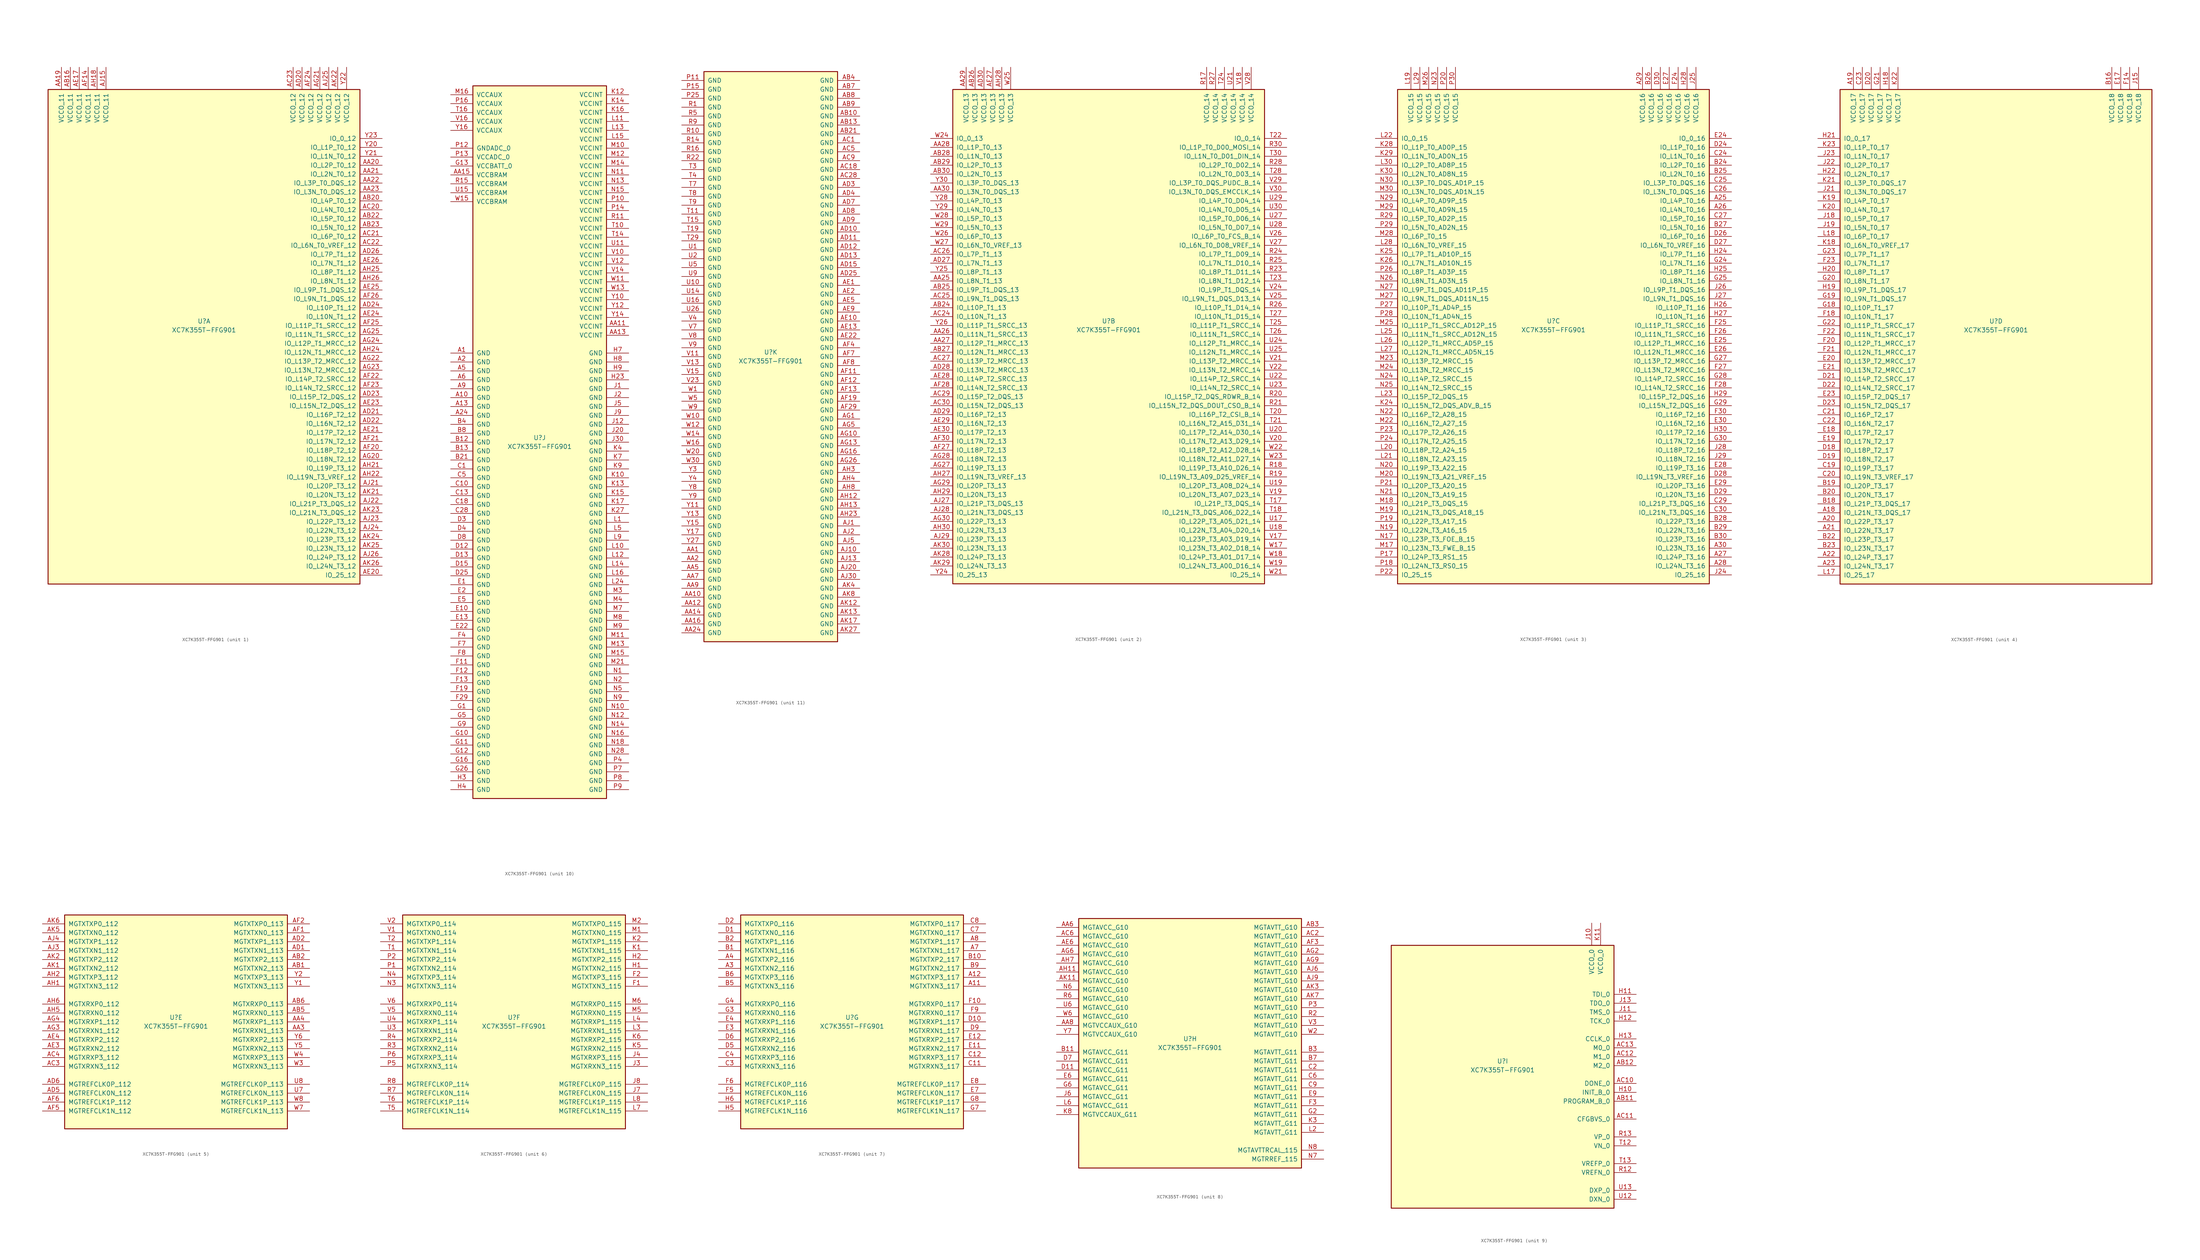
<source format=kicad_sym>
(kicad_symbol_lib
  (version 20220914)
  (generator kicad_symbol_editor)
  (symbol "XC7K355T-FFG901"
    (pin_names
      (offset 1.016))
    (property "Reference" "U"
      (at 0 1.27 0)
      (effects (font (size 1.27 1.27))))
    (property "Value" "XC7K355T-FFG901"
      (at 0 -1.27 0)
      (effects (font (size 1.27 1.27))))
    (property "Datasheet" ""
      (at 0 0 0)
      (effects (font (size 1.27 1.27))))
    (property "ki_locked" ""
      (at 0 0 0)
      (effects (font (size 1.27 1.27))))
    (symbol "XC7K355T-FFG901_1_1"
      (rectangle (start -44.45 67.31) (end 44.45 -73.66) (stroke (width 0.254) (type default)) (fill (type background)))
      (pin power_in line (at -40.64 73.66 270) (length 6.35) (name "VCCO_11" (effects (font (size 1.27 1.27)))) (number "AA19" (effects (font (size 1.27 1.27)))))
      (pin bidirectional line (at 50.8 45.72 180) (length 6.35) (name "IO_L2P_T0_12" (effects (font (size 1.27 1.27)))) (number "AA20" (effects (font (size 1.27 1.27)))))
      (pin bidirectional line (at 50.8 43.18 180) (length 6.35) (name "IO_L2N_T0_12" (effects (font (size 1.27 1.27)))) (number "AA21" (effects (font (size 1.27 1.27)))))
      (pin bidirectional line (at 50.8 40.64 180) (length 6.35) (name "IO_L3P_T0_DQS_12" (effects (font (size 1.27 1.27)))) (number "AA22" (effects (font (size 1.27 1.27)))))
      (pin bidirectional line (at 50.8 38.1 180) (length 6.35) (name "IO_L3N_T0_DQS_12" (effects (font (size 1.27 1.27)))) (number "AA23" (effects (font (size 1.27 1.27)))))
      (pin power_in line (at -38.1 73.66 270) (length 6.35) (name "VCCO_11" (effects (font (size 1.27 1.27)))) (number "AB16" (effects (font (size 1.27 1.27)))))
      (pin bidirectional line (at 50.8 35.56 180) (length 6.35) (name "IO_L4P_T0_12" (effects (font (size 1.27 1.27)))) (number "AB20" (effects (font (size 1.27 1.27)))))
      (pin bidirectional line (at 50.8 30.48 180) (length 6.35) (name "IO_L5P_T0_12" (effects (font (size 1.27 1.27)))) (number "AB22" (effects (font (size 1.27 1.27)))))
      (pin bidirectional line (at 50.8 27.94 180) (length 6.35) (name "IO_L5N_T0_12" (effects (font (size 1.27 1.27)))) (number "AB23" (effects (font (size 1.27 1.27)))))
      (pin bidirectional line (at 50.8 33.02 180) (length 6.35) (name "IO_L4N_T0_12" (effects (font (size 1.27 1.27)))) (number "AC20" (effects (font (size 1.27 1.27)))))
      (pin bidirectional line (at 50.8 25.4 180) (length 6.35) (name "IO_L6P_T0_12" (effects (font (size 1.27 1.27)))) (number "AC21" (effects (font (size 1.27 1.27)))))
      (pin bidirectional line (at 50.8 22.86 180) (length 6.35) (name "IO_L6N_T0_VREF_12" (effects (font (size 1.27 1.27)))) (number "AC22" (effects (font (size 1.27 1.27)))))
      (pin power_in line (at 25.4 73.66 270) (length 6.35) (name "VCCO_12" (effects (font (size 1.27 1.27)))) (number "AC23" (effects (font (size 1.27 1.27)))))
      (pin power_in line (at 27.94 73.66 270) (length 6.35) (name "VCCO_12" (effects (font (size 1.27 1.27)))) (number "AD20" (effects (font (size 1.27 1.27)))))
      (pin bidirectional line (at 50.8 -25.4 180) (length 6.35) (name "IO_L16P_T2_12" (effects (font (size 1.27 1.27)))) (number "AD21" (effects (font (size 1.27 1.27)))))
      (pin bidirectional line (at 50.8 -27.94 180) (length 6.35) (name "IO_L16N_T2_12" (effects (font (size 1.27 1.27)))) (number "AD22" (effects (font (size 1.27 1.27)))))
      (pin bidirectional line (at 50.8 -20.32 180) (length 6.35) (name "IO_L15P_T2_DQS_12" (effects (font (size 1.27 1.27)))) (number "AD23" (effects (font (size 1.27 1.27)))))
      (pin bidirectional line (at 50.8 5.08 180) (length 6.35) (name "IO_L10P_T1_12" (effects (font (size 1.27 1.27)))) (number "AD24" (effects (font (size 1.27 1.27)))))
      (pin bidirectional line (at 50.8 20.32 180) (length 6.35) (name "IO_L7P_T1_12" (effects (font (size 1.27 1.27)))) (number "AD26" (effects (font (size 1.27 1.27)))))
      (pin power_in line (at -35.56 73.66 270) (length 6.35) (name "VCCO_11" (effects (font (size 1.27 1.27)))) (number "AE17" (effects (font (size 1.27 1.27)))))
      (pin bidirectional line (at 50.8 -71.12 180) (length 6.35) (name "IO_25_12" (effects (font (size 1.27 1.27)))) (number "AE20" (effects (font (size 1.27 1.27)))))
      (pin bidirectional line (at 50.8 -30.48 180) (length 6.35) (name "IO_L17P_T2_12" (effects (font (size 1.27 1.27)))) (number "AE21" (effects (font (size 1.27 1.27)))))
      (pin bidirectional line (at 50.8 -22.86 180) (length 6.35) (name "IO_L15N_T2_DQS_12" (effects (font (size 1.27 1.27)))) (number "AE23" (effects (font (size 1.27 1.27)))))
      (pin bidirectional line (at 50.8 2.54 180) (length 6.35) (name "IO_L10N_T1_12" (effects (font (size 1.27 1.27)))) (number "AE24" (effects (font (size 1.27 1.27)))))
      (pin bidirectional line (at 50.8 10.16 180) (length 6.35) (name "IO_L9P_T1_DQS_12" (effects (font (size 1.27 1.27)))) (number "AE25" (effects (font (size 1.27 1.27)))))
      (pin bidirectional line (at 50.8 17.78 180) (length 6.35) (name "IO_L7N_T1_12" (effects (font (size 1.27 1.27)))) (number "AE26" (effects (font (size 1.27 1.27)))))
      (pin power_in line (at -33.02 73.66 270) (length 6.35) (name "VCCO_11" (effects (font (size 1.27 1.27)))) (number "AF14" (effects (font (size 1.27 1.27)))))
      (pin bidirectional line (at 50.8 -35.56 180) (length 6.35) (name "IO_L18P_T2_12" (effects (font (size 1.27 1.27)))) (number "AF20" (effects (font (size 1.27 1.27)))))
      (pin bidirectional line (at 50.8 -33.02 180) (length 6.35) (name "IO_L17N_T2_12" (effects (font (size 1.27 1.27)))) (number "AF21" (effects (font (size 1.27 1.27)))))
      (pin bidirectional line (at 50.8 -15.24 180) (length 6.35) (name "IO_L14P_T2_SRCC_12" (effects (font (size 1.27 1.27)))) (number "AF22" (effects (font (size 1.27 1.27)))))
      (pin bidirectional line (at 50.8 -17.78 180) (length 6.35) (name "IO_L14N_T2_SRCC_12" (effects (font (size 1.27 1.27)))) (number "AF23" (effects (font (size 1.27 1.27)))))
      (pin power_in line (at 30.48 73.66 270) (length 6.35) (name "VCCO_12" (effects (font (size 1.27 1.27)))) (number "AF24" (effects (font (size 1.27 1.27)))))
      (pin bidirectional line (at 50.8 0 180) (length 6.35) (name "IO_L11P_T1_SRCC_12" (effects (font (size 1.27 1.27)))) (number "AF25" (effects (font (size 1.27 1.27)))))
      (pin bidirectional line (at 50.8 7.62 180) (length 6.35) (name "IO_L9N_T1_DQS_12" (effects (font (size 1.27 1.27)))) (number "AF26" (effects (font (size 1.27 1.27)))))
      (pin bidirectional line (at 50.8 -38.1 180) (length 6.35) (name "IO_L18N_T2_12" (effects (font (size 1.27 1.27)))) (number "AG20" (effects (font (size 1.27 1.27)))))
      (pin power_in line (at 33.02 73.66 270) (length 6.35) (name "VCCO_12" (effects (font (size 1.27 1.27)))) (number "AG21" (effects (font (size 1.27 1.27)))))
      (pin bidirectional line (at 50.8 -10.16 180) (length 6.35) (name "IO_L13P_T2_MRCC_12" (effects (font (size 1.27 1.27)))) (number "AG22" (effects (font (size 1.27 1.27)))))
      (pin bidirectional line (at 50.8 -12.7 180) (length 6.35) (name "IO_L13N_T2_MRCC_12" (effects (font (size 1.27 1.27)))) (number "AG23" (effects (font (size 1.27 1.27)))))
      (pin bidirectional line (at 50.8 -5.08 180) (length 6.35) (name "IO_L12P_T1_MRCC_12" (effects (font (size 1.27 1.27)))) (number "AG24" (effects (font (size 1.27 1.27)))))
      (pin bidirectional line (at 50.8 -2.54 180) (length 6.35) (name "IO_L11N_T1_SRCC_12" (effects (font (size 1.27 1.27)))) (number "AG25" (effects (font (size 1.27 1.27)))))
      (pin power_in line (at -30.48 73.66 270) (length 6.35) (name "VCCO_11" (effects (font (size 1.27 1.27)))) (number "AH18" (effects (font (size 1.27 1.27)))))
      (pin bidirectional line (at 50.8 -40.64 180) (length 6.35) (name "IO_L19P_T3_12" (effects (font (size 1.27 1.27)))) (number "AH21" (effects (font (size 1.27 1.27)))))
      (pin bidirectional line (at 50.8 -43.18 180) (length 6.35) (name "IO_L19N_T3_VREF_12" (effects (font (size 1.27 1.27)))) (number "AH22" (effects (font (size 1.27 1.27)))))
      (pin bidirectional line (at 50.8 -7.62 180) (length 6.35) (name "IO_L12N_T1_MRCC_12" (effects (font (size 1.27 1.27)))) (number "AH24" (effects (font (size 1.27 1.27)))))
      (pin bidirectional line (at 50.8 15.24 180) (length 6.35) (name "IO_L8P_T1_12" (effects (font (size 1.27 1.27)))) (number "AH25" (effects (font (size 1.27 1.27)))))
      (pin bidirectional line (at 50.8 12.7 180) (length 6.35) (name "IO_L8N_T1_12" (effects (font (size 1.27 1.27)))) (number "AH26" (effects (font (size 1.27 1.27)))))
      (pin power_in line (at -27.94 73.66 270) (length 6.35) (name "VCCO_11" (effects (font (size 1.27 1.27)))) (number "AJ15" (effects (font (size 1.27 1.27)))))
      (pin bidirectional line (at 50.8 -45.72 180) (length 6.35) (name "IO_L20P_T3_12" (effects (font (size 1.27 1.27)))) (number "AJ21" (effects (font (size 1.27 1.27)))))
      (pin bidirectional line (at 50.8 -50.8 180) (length 6.35) (name "IO_L21P_T3_DQS_12" (effects (font (size 1.27 1.27)))) (number "AJ22" (effects (font (size 1.27 1.27)))))
      (pin bidirectional line (at 50.8 -55.88 180) (length 6.35) (name "IO_L22P_T3_12" (effects (font (size 1.27 1.27)))) (number "AJ23" (effects (font (size 1.27 1.27)))))
      (pin bidirectional line (at 50.8 -58.42 180) (length 6.35) (name "IO_L22N_T3_12" (effects (font (size 1.27 1.27)))) (number "AJ24" (effects (font (size 1.27 1.27)))))
      (pin power_in line (at 35.56 73.66 270) (length 6.35) (name "VCCO_12" (effects (font (size 1.27 1.27)))) (number "AJ25" (effects (font (size 1.27 1.27)))))
      (pin bidirectional line (at 50.8 -66.04 180) (length 6.35) (name "IO_L24P_T3_12" (effects (font (size 1.27 1.27)))) (number "AJ26" (effects (font (size 1.27 1.27)))))
      (pin bidirectional line (at 50.8 -48.26 180) (length 6.35) (name "IO_L20N_T3_12" (effects (font (size 1.27 1.27)))) (number "AK21" (effects (font (size 1.27 1.27)))))
      (pin power_in line (at 38.1 73.66 270) (length 6.35) (name "VCCO_12" (effects (font (size 1.27 1.27)))) (number "AK22" (effects (font (size 1.27 1.27)))))
      (pin bidirectional line (at 50.8 -53.34 180) (length 6.35) (name "IO_L21N_T3_DQS_12" (effects (font (size 1.27 1.27)))) (number "AK23" (effects (font (size 1.27 1.27)))))
      (pin bidirectional line (at 50.8 -60.96 180) (length 6.35) (name "IO_L23P_T3_12" (effects (font (size 1.27 1.27)))) (number "AK24" (effects (font (size 1.27 1.27)))))
      (pin bidirectional line (at 50.8 -63.5 180) (length 6.35) (name "IO_L23N_T3_12" (effects (font (size 1.27 1.27)))) (number "AK25" (effects (font (size 1.27 1.27)))))
      (pin bidirectional line (at 50.8 -68.58 180) (length 6.35) (name "IO_L24N_T3_12" (effects (font (size 1.27 1.27)))) (number "AK26" (effects (font (size 1.27 1.27)))))
      (pin bidirectional line (at 50.8 50.8 180) (length 6.35) (name "IO_L1P_T0_12" (effects (font (size 1.27 1.27)))) (number "Y20" (effects (font (size 1.27 1.27)))))
      (pin bidirectional line (at 50.8 48.26 180) (length 6.35) (name "IO_L1N_T0_12" (effects (font (size 1.27 1.27)))) (number "Y21" (effects (font (size 1.27 1.27)))))
      (pin power_in line (at 40.64 73.66 270) (length 6.35) (name "VCCO_12" (effects (font (size 1.27 1.27)))) (number "Y22" (effects (font (size 1.27 1.27)))))
      (pin bidirectional line (at 50.8 53.34 180) (length 6.35) (name "IO_0_12" (effects (font (size 1.27 1.27)))) (number "Y23" (effects (font (size 1.27 1.27))))))
    (symbol "XC7K355T-FFG901_2_1"
      (rectangle (start -44.45 67.31) (end 44.45 -73.66) (stroke (width 0.254) (type default)) (fill (type background)))
      (pin bidirectional line (at -50.8 12.7 0) (length 6.35) (name "IO_L8N_T1_13" (effects (font (size 1.27 1.27)))) (number "AA25" (effects (font (size 1.27 1.27)))))
      (pin bidirectional line (at -50.8 -2.54 0) (length 6.35) (name "IO_L11N_T1_SRCC_13" (effects (font (size 1.27 1.27)))) (number "AA26" (effects (font (size 1.27 1.27)))))
      (pin bidirectional line (at -50.8 -5.08 0) (length 6.35) (name "IO_L12P_T1_MRCC_13" (effects (font (size 1.27 1.27)))) (number "AA27" (effects (font (size 1.27 1.27)))))
      (pin bidirectional line (at -50.8 50.8 0) (length 6.35) (name "IO_L1P_T0_13" (effects (font (size 1.27 1.27)))) (number "AA28" (effects (font (size 1.27 1.27)))))
      (pin power_in line (at -40.64 73.66 270) (length 6.35) (name "VCCO_13" (effects (font (size 1.27 1.27)))) (number "AA29" (effects (font (size 1.27 1.27)))))
      (pin bidirectional line (at -50.8 38.1 0) (length 6.35) (name "IO_L3N_T0_DQS_13" (effects (font (size 1.27 1.27)))) (number "AA30" (effects (font (size 1.27 1.27)))))
      (pin bidirectional line (at -50.8 5.08 0) (length 6.35) (name "IO_L10P_T1_13" (effects (font (size 1.27 1.27)))) (number "AB24" (effects (font (size 1.27 1.27)))))
      (pin bidirectional line (at -50.8 10.16 0) (length 6.35) (name "IO_L9P_T1_DQS_13" (effects (font (size 1.27 1.27)))) (number "AB25" (effects (font (size 1.27 1.27)))))
      (pin power_in line (at -38.1 73.66 270) (length 6.35) (name "VCCO_13" (effects (font (size 1.27 1.27)))) (number "AB26" (effects (font (size 1.27 1.27)))))
      (pin bidirectional line (at -50.8 -7.62 0) (length 6.35) (name "IO_L12N_T1_MRCC_13" (effects (font (size 1.27 1.27)))) (number "AB27" (effects (font (size 1.27 1.27)))))
      (pin bidirectional line (at -50.8 48.26 0) (length 6.35) (name "IO_L1N_T0_13" (effects (font (size 1.27 1.27)))) (number "AB28" (effects (font (size 1.27 1.27)))))
      (pin bidirectional line (at -50.8 45.72 0) (length 6.35) (name "IO_L2P_T0_13" (effects (font (size 1.27 1.27)))) (number "AB29" (effects (font (size 1.27 1.27)))))
      (pin bidirectional line (at -50.8 43.18 0) (length 6.35) (name "IO_L2N_T0_13" (effects (font (size 1.27 1.27)))) (number "AB30" (effects (font (size 1.27 1.27)))))
      (pin bidirectional line (at -50.8 2.54 0) (length 6.35) (name "IO_L10N_T1_13" (effects (font (size 1.27 1.27)))) (number "AC24" (effects (font (size 1.27 1.27)))))
      (pin bidirectional line (at -50.8 7.62 0) (length 6.35) (name "IO_L9N_T1_DQS_13" (effects (font (size 1.27 1.27)))) (number "AC25" (effects (font (size 1.27 1.27)))))
      (pin bidirectional line (at -50.8 20.32 0) (length 6.35) (name "IO_L7P_T1_13" (effects (font (size 1.27 1.27)))) (number "AC26" (effects (font (size 1.27 1.27)))))
      (pin bidirectional line (at -50.8 -10.16 0) (length 6.35) (name "IO_L13P_T2_MRCC_13" (effects (font (size 1.27 1.27)))) (number "AC27" (effects (font (size 1.27 1.27)))))
      (pin bidirectional line (at -50.8 -20.32 0) (length 6.35) (name "IO_L15P_T2_DQS_13" (effects (font (size 1.27 1.27)))) (number "AC29" (effects (font (size 1.27 1.27)))))
      (pin bidirectional line (at -50.8 -22.86 0) (length 6.35) (name "IO_L15N_T2_DQS_13" (effects (font (size 1.27 1.27)))) (number "AC30" (effects (font (size 1.27 1.27)))))
      (pin bidirectional line (at -50.8 17.78 0) (length 6.35) (name "IO_L7N_T1_13" (effects (font (size 1.27 1.27)))) (number "AD27" (effects (font (size 1.27 1.27)))))
      (pin bidirectional line (at -50.8 -12.7 0) (length 6.35) (name "IO_L13N_T2_MRCC_13" (effects (font (size 1.27 1.27)))) (number "AD28" (effects (font (size 1.27 1.27)))))
      (pin bidirectional line (at -50.8 -25.4 0) (length 6.35) (name "IO_L16P_T2_13" (effects (font (size 1.27 1.27)))) (number "AD29" (effects (font (size 1.27 1.27)))))
      (pin power_in line (at -35.56 73.66 270) (length 6.35) (name "VCCO_13" (effects (font (size 1.27 1.27)))) (number "AD30" (effects (font (size 1.27 1.27)))))
      (pin power_in line (at -33.02 73.66 270) (length 6.35) (name "VCCO_13" (effects (font (size 1.27 1.27)))) (number "AE27" (effects (font (size 1.27 1.27)))))
      (pin bidirectional line (at -50.8 -15.24 0) (length 6.35) (name "IO_L14P_T2_SRCC_13" (effects (font (size 1.27 1.27)))) (number "AE28" (effects (font (size 1.27 1.27)))))
      (pin bidirectional line (at -50.8 -27.94 0) (length 6.35) (name "IO_L16N_T2_13" (effects (font (size 1.27 1.27)))) (number "AE29" (effects (font (size 1.27 1.27)))))
      (pin bidirectional line (at -50.8 -30.48 0) (length 6.35) (name "IO_L17P_T2_13" (effects (font (size 1.27 1.27)))) (number "AE30" (effects (font (size 1.27 1.27)))))
      (pin bidirectional line (at -50.8 -35.56 0) (length 6.35) (name "IO_L18P_T2_13" (effects (font (size 1.27 1.27)))) (number "AF27" (effects (font (size 1.27 1.27)))))
      (pin bidirectional line (at -50.8 -17.78 0) (length 6.35) (name "IO_L14N_T2_SRCC_13" (effects (font (size 1.27 1.27)))) (number "AF28" (effects (font (size 1.27 1.27)))))
      (pin bidirectional line (at -50.8 -33.02 0) (length 6.35) (name "IO_L17N_T2_13" (effects (font (size 1.27 1.27)))) (number "AF30" (effects (font (size 1.27 1.27)))))
      (pin bidirectional line (at -50.8 -40.64 0) (length 6.35) (name "IO_L19P_T3_13" (effects (font (size 1.27 1.27)))) (number "AG27" (effects (font (size 1.27 1.27)))))
      (pin bidirectional line (at -50.8 -38.1 0) (length 6.35) (name "IO_L18N_T2_13" (effects (font (size 1.27 1.27)))) (number "AG28" (effects (font (size 1.27 1.27)))))
      (pin bidirectional line (at -50.8 -45.72 0) (length 6.35) (name "IO_L20P_T3_13" (effects (font (size 1.27 1.27)))) (number "AG29" (effects (font (size 1.27 1.27)))))
      (pin bidirectional line (at -50.8 -55.88 0) (length 6.35) (name "IO_L22P_T3_13" (effects (font (size 1.27 1.27)))) (number "AG30" (effects (font (size 1.27 1.27)))))
      (pin bidirectional line (at -50.8 -43.18 0) (length 6.35) (name "IO_L19N_T3_VREF_13" (effects (font (size 1.27 1.27)))) (number "AH27" (effects (font (size 1.27 1.27)))))
      (pin power_in line (at -30.48 73.66 270) (length 6.35) (name "VCCO_13" (effects (font (size 1.27 1.27)))) (number "AH28" (effects (font (size 1.27 1.27)))))
      (pin bidirectional line (at -50.8 -48.26 0) (length 6.35) (name "IO_L20N_T3_13" (effects (font (size 1.27 1.27)))) (number "AH29" (effects (font (size 1.27 1.27)))))
      (pin bidirectional line (at -50.8 -58.42 0) (length 6.35) (name "IO_L22N_T3_13" (effects (font (size 1.27 1.27)))) (number "AH30" (effects (font (size 1.27 1.27)))))
      (pin bidirectional line (at -50.8 -50.8 0) (length 6.35) (name "IO_L21P_T3_DQS_13" (effects (font (size 1.27 1.27)))) (number "AJ27" (effects (font (size 1.27 1.27)))))
      (pin bidirectional line (at -50.8 -53.34 0) (length 6.35) (name "IO_L21N_T3_DQS_13" (effects (font (size 1.27 1.27)))) (number "AJ28" (effects (font (size 1.27 1.27)))))
      (pin bidirectional line (at -50.8 -60.96 0) (length 6.35) (name "IO_L23P_T3_13" (effects (font (size 1.27 1.27)))) (number "AJ29" (effects (font (size 1.27 1.27)))))
      (pin bidirectional line (at -50.8 -66.04 0) (length 6.35) (name "IO_L24P_T3_13" (effects (font (size 1.27 1.27)))) (number "AK28" (effects (font (size 1.27 1.27)))))
      (pin bidirectional line (at -50.8 -68.58 0) (length 6.35) (name "IO_L24N_T3_13" (effects (font (size 1.27 1.27)))) (number "AK29" (effects (font (size 1.27 1.27)))))
      (pin bidirectional line (at -50.8 -63.5 0) (length 6.35) (name "IO_L23N_T3_13" (effects (font (size 1.27 1.27)))) (number "AK30" (effects (font (size 1.27 1.27)))))
      (pin power_in line (at 27.94 73.66 270) (length 6.35) (name "VCCO_14" (effects (font (size 1.27 1.27)))) (number "R17" (effects (font (size 1.27 1.27)))))
      (pin bidirectional line (at 50.8 -40.64 180) (length 6.35) (name "IO_L19P_T3_A10_D26_14" (effects (font (size 1.27 1.27)))) (number "R18" (effects (font (size 1.27 1.27)))))
      (pin bidirectional line (at 50.8 -43.18 180) (length 6.35) (name "IO_L19N_T3_A09_D25_VREF_14" (effects (font (size 1.27 1.27)))) (number "R19" (effects (font (size 1.27 1.27)))))
      (pin bidirectional line (at 50.8 -20.32 180) (length 6.35) (name "IO_L15P_T2_DQS_RDWR_B_14" (effects (font (size 1.27 1.27)))) (number "R20" (effects (font (size 1.27 1.27)))))
      (pin bidirectional line (at 50.8 -22.86 180) (length 6.35) (name "IO_L15N_T2_DQS_DOUT_CSO_B_14" (effects (font (size 1.27 1.27)))) (number "R21" (effects (font (size 1.27 1.27)))))
      (pin bidirectional line (at 50.8 15.24 180) (length 6.35) (name "IO_L8P_T1_D11_14" (effects (font (size 1.27 1.27)))) (number "R23" (effects (font (size 1.27 1.27)))))
      (pin bidirectional line (at 50.8 20.32 180) (length 6.35) (name "IO_L7P_T1_D09_14" (effects (font (size 1.27 1.27)))) (number "R24" (effects (font (size 1.27 1.27)))))
      (pin bidirectional line (at 50.8 17.78 180) (length 6.35) (name "IO_L7N_T1_D10_14" (effects (font (size 1.27 1.27)))) (number "R25" (effects (font (size 1.27 1.27)))))
      (pin bidirectional line (at 50.8 5.08 180) (length 6.35) (name "IO_L10P_T1_D14_14" (effects (font (size 1.27 1.27)))) (number "R26" (effects (font (size 1.27 1.27)))))
      (pin power_in line (at 30.48 73.66 270) (length 6.35) (name "VCCO_14" (effects (font (size 1.27 1.27)))) (number "R27" (effects (font (size 1.27 1.27)))))
      (pin bidirectional line (at 50.8 45.72 180) (length 6.35) (name "IO_L2P_T0_D02_14" (effects (font (size 1.27 1.27)))) (number "R28" (effects (font (size 1.27 1.27)))))
      (pin bidirectional line (at 50.8 50.8 180) (length 6.35) (name "IO_L1P_T0_D00_MOSI_14" (effects (font (size 1.27 1.27)))) (number "R30" (effects (font (size 1.27 1.27)))))
      (pin bidirectional line (at 50.8 -50.8 180) (length 6.35) (name "IO_L21P_T3_DQS_14" (effects (font (size 1.27 1.27)))) (number "T17" (effects (font (size 1.27 1.27)))))
      (pin bidirectional line (at 50.8 -53.34 180) (length 6.35) (name "IO_L21N_T3_DQS_A06_D22_14" (effects (font (size 1.27 1.27)))) (number "T18" (effects (font (size 1.27 1.27)))))
      (pin bidirectional line (at 50.8 -25.4 180) (length 6.35) (name "IO_L16P_T2_CSI_B_14" (effects (font (size 1.27 1.27)))) (number "T20" (effects (font (size 1.27 1.27)))))
      (pin bidirectional line (at 50.8 -27.94 180) (length 6.35) (name "IO_L16N_T2_A15_D31_14" (effects (font (size 1.27 1.27)))) (number "T21" (effects (font (size 1.27 1.27)))))
      (pin bidirectional line (at 50.8 53.34 180) (length 6.35) (name "IO_0_14" (effects (font (size 1.27 1.27)))) (number "T22" (effects (font (size 1.27 1.27)))))
      (pin bidirectional line (at 50.8 12.7 180) (length 6.35) (name "IO_L8N_T1_D12_14" (effects (font (size 1.27 1.27)))) (number "T23" (effects (font (size 1.27 1.27)))))
      (pin power_in line (at 33.02 73.66 270) (length 6.35) (name "VCCO_14" (effects (font (size 1.27 1.27)))) (number "T24" (effects (font (size 1.27 1.27)))))
      (pin bidirectional line (at 50.8 0 180) (length 6.35) (name "IO_L11P_T1_SRCC_14" (effects (font (size 1.27 1.27)))) (number "T25" (effects (font (size 1.27 1.27)))))
      (pin bidirectional line (at 50.8 -2.54 180) (length 6.35) (name "IO_L11N_T1_SRCC_14" (effects (font (size 1.27 1.27)))) (number "T26" (effects (font (size 1.27 1.27)))))
      (pin bidirectional line (at 50.8 2.54 180) (length 6.35) (name "IO_L10N_T1_D15_14" (effects (font (size 1.27 1.27)))) (number "T27" (effects (font (size 1.27 1.27)))))
      (pin bidirectional line (at 50.8 43.18 180) (length 6.35) (name "IO_L2N_T0_D03_14" (effects (font (size 1.27 1.27)))) (number "T28" (effects (font (size 1.27 1.27)))))
      (pin bidirectional line (at 50.8 48.26 180) (length 6.35) (name "IO_L1N_T0_D01_DIN_14" (effects (font (size 1.27 1.27)))) (number "T30" (effects (font (size 1.27 1.27)))))
      (pin bidirectional line (at 50.8 -55.88 180) (length 6.35) (name "IO_L22P_T3_A05_D21_14" (effects (font (size 1.27 1.27)))) (number "U17" (effects (font (size 1.27 1.27)))))
      (pin bidirectional line (at 50.8 -58.42 180) (length 6.35) (name "IO_L22N_T3_A04_D20_14" (effects (font (size 1.27 1.27)))) (number "U18" (effects (font (size 1.27 1.27)))))
      (pin bidirectional line (at 50.8 -45.72 180) (length 6.35) (name "IO_L20P_T3_A08_D24_14" (effects (font (size 1.27 1.27)))) (number "U19" (effects (font (size 1.27 1.27)))))
      (pin bidirectional line (at 50.8 -30.48 180) (length 6.35) (name "IO_L17P_T2_A14_D30_14" (effects (font (size 1.27 1.27)))) (number "U20" (effects (font (size 1.27 1.27)))))
      (pin power_in line (at 35.56 73.66 270) (length 6.35) (name "VCCO_14" (effects (font (size 1.27 1.27)))) (number "U21" (effects (font (size 1.27 1.27)))))
      (pin bidirectional line (at 50.8 -15.24 180) (length 6.35) (name "IO_L14P_T2_SRCC_14" (effects (font (size 1.27 1.27)))) (number "U22" (effects (font (size 1.27 1.27)))))
      (pin bidirectional line (at 50.8 -17.78 180) (length 6.35) (name "IO_L14N_T2_SRCC_14" (effects (font (size 1.27 1.27)))) (number "U23" (effects (font (size 1.27 1.27)))))
      (pin bidirectional line (at 50.8 -5.08 180) (length 6.35) (name "IO_L12P_T1_MRCC_14" (effects (font (size 1.27 1.27)))) (number "U24" (effects (font (size 1.27 1.27)))))
      (pin bidirectional line (at 50.8 -7.62 180) (length 6.35) (name "IO_L12N_T1_MRCC_14" (effects (font (size 1.27 1.27)))) (number "U25" (effects (font (size 1.27 1.27)))))
      (pin bidirectional line (at 50.8 30.48 180) (length 6.35) (name "IO_L5P_T0_D06_14" (effects (font (size 1.27 1.27)))) (number "U27" (effects (font (size 1.27 1.27)))))
      (pin bidirectional line (at 50.8 27.94 180) (length 6.35) (name "IO_L5N_T0_D07_14" (effects (font (size 1.27 1.27)))) (number "U28" (effects (font (size 1.27 1.27)))))
      (pin bidirectional line (at 50.8 35.56 180) (length 6.35) (name "IO_L4P_T0_D04_14" (effects (font (size 1.27 1.27)))) (number "U29" (effects (font (size 1.27 1.27)))))
      (pin bidirectional line (at 50.8 33.02 180) (length 6.35) (name "IO_L4N_T0_D05_14" (effects (font (size 1.27 1.27)))) (number "U30" (effects (font (size 1.27 1.27)))))
      (pin bidirectional line (at 50.8 -60.96 180) (length 6.35) (name "IO_L23P_T3_A03_D19_14" (effects (font (size 1.27 1.27)))) (number "V17" (effects (font (size 1.27 1.27)))))
      (pin power_in line (at 38.1 73.66 270) (length 6.35) (name "VCCO_14" (effects (font (size 1.27 1.27)))) (number "V18" (effects (font (size 1.27 1.27)))))
      (pin bidirectional line (at 50.8 -48.26 180) (length 6.35) (name "IO_L20N_T3_A07_D23_14" (effects (font (size 1.27 1.27)))) (number "V19" (effects (font (size 1.27 1.27)))))
      (pin bidirectional line (at 50.8 -33.02 180) (length 6.35) (name "IO_L17N_T2_A13_D29_14" (effects (font (size 1.27 1.27)))) (number "V20" (effects (font (size 1.27 1.27)))))
      (pin bidirectional line (at 50.8 -10.16 180) (length 6.35) (name "IO_L13P_T2_MRCC_14" (effects (font (size 1.27 1.27)))) (number "V21" (effects (font (size 1.27 1.27)))))
      (pin bidirectional line (at 50.8 -12.7 180) (length 6.35) (name "IO_L13N_T2_MRCC_14" (effects (font (size 1.27 1.27)))) (number "V22" (effects (font (size 1.27 1.27)))))
      (pin bidirectional line (at 50.8 10.16 180) (length 6.35) (name "IO_L9P_T1_DQS_14" (effects (font (size 1.27 1.27)))) (number "V24" (effects (font (size 1.27 1.27)))))
      (pin bidirectional line (at 50.8 7.62 180) (length 6.35) (name "IO_L9N_T1_DQS_D13_14" (effects (font (size 1.27 1.27)))) (number "V25" (effects (font (size 1.27 1.27)))))
      (pin bidirectional line (at 50.8 25.4 180) (length 6.35) (name "IO_L6P_T0_FCS_B_14" (effects (font (size 1.27 1.27)))) (number "V26" (effects (font (size 1.27 1.27)))))
      (pin bidirectional line (at 50.8 22.86 180) (length 6.35) (name "IO_L6N_T0_D08_VREF_14" (effects (font (size 1.27 1.27)))) (number "V27" (effects (font (size 1.27 1.27)))))
      (pin power_in line (at 40.64 73.66 270) (length 6.35) (name "VCCO_14" (effects (font (size 1.27 1.27)))) (number "V28" (effects (font (size 1.27 1.27)))))
      (pin bidirectional line (at 50.8 40.64 180) (length 6.35) (name "IO_L3P_T0_DQS_PUDC_B_14" (effects (font (size 1.27 1.27)))) (number "V29" (effects (font (size 1.27 1.27)))))
      (pin bidirectional line (at 50.8 38.1 180) (length 6.35) (name "IO_L3N_T0_DQS_EMCCLK_14" (effects (font (size 1.27 1.27)))) (number "V30" (effects (font (size 1.27 1.27)))))
      (pin bidirectional line (at 50.8 -63.5 180) (length 6.35) (name "IO_L23N_T3_A02_D18_14" (effects (font (size 1.27 1.27)))) (number "W17" (effects (font (size 1.27 1.27)))))
      (pin bidirectional line (at 50.8 -66.04 180) (length 6.35) (name "IO_L24P_T3_A01_D17_14" (effects (font (size 1.27 1.27)))) (number "W18" (effects (font (size 1.27 1.27)))))
      (pin bidirectional line (at 50.8 -68.58 180) (length 6.35) (name "IO_L24N_T3_A00_D16_14" (effects (font (size 1.27 1.27)))) (number "W19" (effects (font (size 1.27 1.27)))))
      (pin bidirectional line (at 50.8 -71.12 180) (length 6.35) (name "IO_25_14" (effects (font (size 1.27 1.27)))) (number "W21" (effects (font (size 1.27 1.27)))))
      (pin bidirectional line (at 50.8 -35.56 180) (length 6.35) (name "IO_L18P_T2_A12_D28_14" (effects (font (size 1.27 1.27)))) (number "W22" (effects (font (size 1.27 1.27)))))
      (pin bidirectional line (at 50.8 -38.1 180) (length 6.35) (name "IO_L18N_T2_A11_D27_14" (effects (font (size 1.27 1.27)))) (number "W23" (effects (font (size 1.27 1.27)))))
      (pin bidirectional line (at -50.8 53.34 0) (length 6.35) (name "IO_0_13" (effects (font (size 1.27 1.27)))) (number "W24" (effects (font (size 1.27 1.27)))))
      (pin power_in line (at -27.94 73.66 270) (length 6.35) (name "VCCO_13" (effects (font (size 1.27 1.27)))) (number "W25" (effects (font (size 1.27 1.27)))))
      (pin bidirectional line (at -50.8 25.4 0) (length 6.35) (name "IO_L6P_T0_13" (effects (font (size 1.27 1.27)))) (number "W26" (effects (font (size 1.27 1.27)))))
      (pin bidirectional line (at -50.8 22.86 0) (length 6.35) (name "IO_L6N_T0_VREF_13" (effects (font (size 1.27 1.27)))) (number "W27" (effects (font (size 1.27 1.27)))))
      (pin bidirectional line (at -50.8 30.48 0) (length 6.35) (name "IO_L5P_T0_13" (effects (font (size 1.27 1.27)))) (number "W28" (effects (font (size 1.27 1.27)))))
      (pin bidirectional line (at -50.8 27.94 0) (length 6.35) (name "IO_L5N_T0_13" (effects (font (size 1.27 1.27)))) (number "W29" (effects (font (size 1.27 1.27)))))
      (pin bidirectional line (at -50.8 -71.12 0) (length 6.35) (name "IO_25_13" (effects (font (size 1.27 1.27)))) (number "Y24" (effects (font (size 1.27 1.27)))))
      (pin bidirectional line (at -50.8 15.24 0) (length 6.35) (name "IO_L8P_T1_13" (effects (font (size 1.27 1.27)))) (number "Y25" (effects (font (size 1.27 1.27)))))
      (pin bidirectional line (at -50.8 0 0) (length 6.35) (name "IO_L11P_T1_SRCC_13" (effects (font (size 1.27 1.27)))) (number "Y26" (effects (font (size 1.27 1.27)))))
      (pin bidirectional line (at -50.8 35.56 0) (length 6.35) (name "IO_L4P_T0_13" (effects (font (size 1.27 1.27)))) (number "Y28" (effects (font (size 1.27 1.27)))))
      (pin bidirectional line (at -50.8 33.02 0) (length 6.35) (name "IO_L4N_T0_13" (effects (font (size 1.27 1.27)))) (number "Y29" (effects (font (size 1.27 1.27)))))
      (pin bidirectional line (at -50.8 40.64 0) (length 6.35) (name "IO_L3P_T0_DQS_13" (effects (font (size 1.27 1.27)))) (number "Y30" (effects (font (size 1.27 1.27))))))
    (symbol "XC7K355T-FFG901_3_1"
      (rectangle (start -44.45 67.31) (end 44.45 -73.66) (stroke (width 0.254) (type default)) (fill (type background)))
      (pin bidirectional line (at 50.8 35.56 180) (length 6.35) (name "IO_L4P_T0_16" (effects (font (size 1.27 1.27)))) (number "A25" (effects (font (size 1.27 1.27)))))
      (pin bidirectional line (at 50.8 33.02 180) (length 6.35) (name "IO_L4N_T0_16" (effects (font (size 1.27 1.27)))) (number "A26" (effects (font (size 1.27 1.27)))))
      (pin bidirectional line (at 50.8 -66.04 180) (length 6.35) (name "IO_L24P_T3_16" (effects (font (size 1.27 1.27)))) (number "A27" (effects (font (size 1.27 1.27)))))
      (pin bidirectional line (at 50.8 -68.58 180) (length 6.35) (name "IO_L24N_T3_16" (effects (font (size 1.27 1.27)))) (number "A28" (effects (font (size 1.27 1.27)))))
      (pin power_in line (at 25.4 73.66 270) (length 6.35) (name "VCCO_16" (effects (font (size 1.27 1.27)))) (number "A29" (effects (font (size 1.27 1.27)))))
      (pin bidirectional line (at 50.8 -63.5 180) (length 6.35) (name "IO_L23N_T3_16" (effects (font (size 1.27 1.27)))) (number "A30" (effects (font (size 1.27 1.27)))))
      (pin bidirectional line (at 50.8 45.72 180) (length 6.35) (name "IO_L2P_T0_16" (effects (font (size 1.27 1.27)))) (number "B24" (effects (font (size 1.27 1.27)))))
      (pin bidirectional line (at 50.8 43.18 180) (length 6.35) (name "IO_L2N_T0_16" (effects (font (size 1.27 1.27)))) (number "B25" (effects (font (size 1.27 1.27)))))
      (pin power_in line (at 27.94 73.66 270) (length 6.35) (name "VCCO_16" (effects (font (size 1.27 1.27)))) (number "B26" (effects (font (size 1.27 1.27)))))
      (pin bidirectional line (at 50.8 27.94 180) (length 6.35) (name "IO_L5N_T0_16" (effects (font (size 1.27 1.27)))) (number "B27" (effects (font (size 1.27 1.27)))))
      (pin bidirectional line (at 50.8 -55.88 180) (length 6.35) (name "IO_L22P_T3_16" (effects (font (size 1.27 1.27)))) (number "B28" (effects (font (size 1.27 1.27)))))
      (pin bidirectional line (at 50.8 -58.42 180) (length 6.35) (name "IO_L22N_T3_16" (effects (font (size 1.27 1.27)))) (number "B29" (effects (font (size 1.27 1.27)))))
      (pin bidirectional line (at 50.8 -60.96 180) (length 6.35) (name "IO_L23P_T3_16" (effects (font (size 1.27 1.27)))) (number "B30" (effects (font (size 1.27 1.27)))))
      (pin bidirectional line (at 50.8 48.26 180) (length 6.35) (name "IO_L1N_T0_16" (effects (font (size 1.27 1.27)))) (number "C24" (effects (font (size 1.27 1.27)))))
      (pin bidirectional line (at 50.8 40.64 180) (length 6.35) (name "IO_L3P_T0_DQS_16" (effects (font (size 1.27 1.27)))) (number "C25" (effects (font (size 1.27 1.27)))))
      (pin bidirectional line (at 50.8 38.1 180) (length 6.35) (name "IO_L3N_T0_DQS_16" (effects (font (size 1.27 1.27)))) (number "C26" (effects (font (size 1.27 1.27)))))
      (pin bidirectional line (at 50.8 30.48 180) (length 6.35) (name "IO_L5P_T0_16" (effects (font (size 1.27 1.27)))) (number "C27" (effects (font (size 1.27 1.27)))))
      (pin bidirectional line (at 50.8 -50.8 180) (length 6.35) (name "IO_L21P_T3_DQS_16" (effects (font (size 1.27 1.27)))) (number "C29" (effects (font (size 1.27 1.27)))))
      (pin bidirectional line (at 50.8 -53.34 180) (length 6.35) (name "IO_L21N_T3_DQS_16" (effects (font (size 1.27 1.27)))) (number "C30" (effects (font (size 1.27 1.27)))))
      (pin bidirectional line (at 50.8 50.8 180) (length 6.35) (name "IO_L1P_T0_16" (effects (font (size 1.27 1.27)))) (number "D24" (effects (font (size 1.27 1.27)))))
      (pin bidirectional line (at 50.8 25.4 180) (length 6.35) (name "IO_L6P_T0_16" (effects (font (size 1.27 1.27)))) (number "D26" (effects (font (size 1.27 1.27)))))
      (pin bidirectional line (at 50.8 22.86 180) (length 6.35) (name "IO_L6N_T0_VREF_16" (effects (font (size 1.27 1.27)))) (number "D27" (effects (font (size 1.27 1.27)))))
      (pin bidirectional line (at 50.8 -43.18 180) (length 6.35) (name "IO_L19N_T3_VREF_16" (effects (font (size 1.27 1.27)))) (number "D28" (effects (font (size 1.27 1.27)))))
      (pin bidirectional line (at 50.8 -48.26 180) (length 6.35) (name "IO_L20N_T3_16" (effects (font (size 1.27 1.27)))) (number "D29" (effects (font (size 1.27 1.27)))))
      (pin power_in line (at 30.48 73.66 270) (length 6.35) (name "VCCO_16" (effects (font (size 1.27 1.27)))) (number "D30" (effects (font (size 1.27 1.27)))))
      (pin bidirectional line (at 50.8 53.34 180) (length 6.35) (name "IO_0_16" (effects (font (size 1.27 1.27)))) (number "E24" (effects (font (size 1.27 1.27)))))
      (pin bidirectional line (at 50.8 -5.08 180) (length 6.35) (name "IO_L12P_T1_MRCC_16" (effects (font (size 1.27 1.27)))) (number "E25" (effects (font (size 1.27 1.27)))))
      (pin bidirectional line (at 50.8 -7.62 180) (length 6.35) (name "IO_L12N_T1_MRCC_16" (effects (font (size 1.27 1.27)))) (number "E26" (effects (font (size 1.27 1.27)))))
      (pin power_in line (at 33.02 73.66 270) (length 6.35) (name "VCCO_16" (effects (font (size 1.27 1.27)))) (number "E27" (effects (font (size 1.27 1.27)))))
      (pin bidirectional line (at 50.8 -40.64 180) (length 6.35) (name "IO_L19P_T3_16" (effects (font (size 1.27 1.27)))) (number "E28" (effects (font (size 1.27 1.27)))))
      (pin bidirectional line (at 50.8 -45.72 180) (length 6.35) (name "IO_L20P_T3_16" (effects (font (size 1.27 1.27)))) (number "E29" (effects (font (size 1.27 1.27)))))
      (pin bidirectional line (at 50.8 -27.94 180) (length 6.35) (name "IO_L16N_T2_16" (effects (font (size 1.27 1.27)))) (number "E30" (effects (font (size 1.27 1.27)))))
      (pin power_in line (at 35.56 73.66 270) (length 6.35) (name "VCCO_16" (effects (font (size 1.27 1.27)))) (number "F24" (effects (font (size 1.27 1.27)))))
      (pin bidirectional line (at 50.8 0 180) (length 6.35) (name "IO_L11P_T1_SRCC_16" (effects (font (size 1.27 1.27)))) (number "F25" (effects (font (size 1.27 1.27)))))
      (pin bidirectional line (at 50.8 -2.54 180) (length 6.35) (name "IO_L11N_T1_SRCC_16" (effects (font (size 1.27 1.27)))) (number "F26" (effects (font (size 1.27 1.27)))))
      (pin bidirectional line (at 50.8 -12.7 180) (length 6.35) (name "IO_L13N_T2_MRCC_16" (effects (font (size 1.27 1.27)))) (number "F27" (effects (font (size 1.27 1.27)))))
      (pin bidirectional line (at 50.8 -17.78 180) (length 6.35) (name "IO_L14N_T2_SRCC_16" (effects (font (size 1.27 1.27)))) (number "F28" (effects (font (size 1.27 1.27)))))
      (pin bidirectional line (at 50.8 -25.4 180) (length 6.35) (name "IO_L16P_T2_16" (effects (font (size 1.27 1.27)))) (number "F30" (effects (font (size 1.27 1.27)))))
      (pin bidirectional line (at 50.8 17.78 180) (length 6.35) (name "IO_L7N_T1_16" (effects (font (size 1.27 1.27)))) (number "G24" (effects (font (size 1.27 1.27)))))
      (pin bidirectional line (at 50.8 12.7 180) (length 6.35) (name "IO_L8N_T1_16" (effects (font (size 1.27 1.27)))) (number "G25" (effects (font (size 1.27 1.27)))))
      (pin bidirectional line (at 50.8 -10.16 180) (length 6.35) (name "IO_L13P_T2_MRCC_16" (effects (font (size 1.27 1.27)))) (number "G27" (effects (font (size 1.27 1.27)))))
      (pin bidirectional line (at 50.8 -15.24 180) (length 6.35) (name "IO_L14P_T2_SRCC_16" (effects (font (size 1.27 1.27)))) (number "G28" (effects (font (size 1.27 1.27)))))
      (pin bidirectional line (at 50.8 -22.86 180) (length 6.35) (name "IO_L15N_T2_DQS_16" (effects (font (size 1.27 1.27)))) (number "G29" (effects (font (size 1.27 1.27)))))
      (pin bidirectional line (at 50.8 -33.02 180) (length 6.35) (name "IO_L17N_T2_16" (effects (font (size 1.27 1.27)))) (number "G30" (effects (font (size 1.27 1.27)))))
      (pin bidirectional line (at 50.8 20.32 180) (length 6.35) (name "IO_L7P_T1_16" (effects (font (size 1.27 1.27)))) (number "H24" (effects (font (size 1.27 1.27)))))
      (pin bidirectional line (at 50.8 15.24 180) (length 6.35) (name "IO_L8P_T1_16" (effects (font (size 1.27 1.27)))) (number "H25" (effects (font (size 1.27 1.27)))))
      (pin bidirectional line (at 50.8 5.08 180) (length 6.35) (name "IO_L10P_T1_16" (effects (font (size 1.27 1.27)))) (number "H26" (effects (font (size 1.27 1.27)))))
      (pin bidirectional line (at 50.8 2.54 180) (length 6.35) (name "IO_L10N_T1_16" (effects (font (size 1.27 1.27)))) (number "H27" (effects (font (size 1.27 1.27)))))
      (pin power_in line (at 38.1 73.66 270) (length 6.35) (name "VCCO_16" (effects (font (size 1.27 1.27)))) (number "H28" (effects (font (size 1.27 1.27)))))
      (pin bidirectional line (at 50.8 -20.32 180) (length 6.35) (name "IO_L15P_T2_DQS_16" (effects (font (size 1.27 1.27)))) (number "H29" (effects (font (size 1.27 1.27)))))
      (pin bidirectional line (at 50.8 -30.48 180) (length 6.35) (name "IO_L17P_T2_16" (effects (font (size 1.27 1.27)))) (number "H30" (effects (font (size 1.27 1.27)))))
      (pin bidirectional line (at 50.8 -71.12 180) (length 6.35) (name "IO_25_16" (effects (font (size 1.27 1.27)))) (number "J24" (effects (font (size 1.27 1.27)))))
      (pin power_in line (at 40.64 73.66 270) (length 6.35) (name "VCCO_16" (effects (font (size 1.27 1.27)))) (number "J25" (effects (font (size 1.27 1.27)))))
      (pin bidirectional line (at 50.8 10.16 180) (length 6.35) (name "IO_L9P_T1_DQS_16" (effects (font (size 1.27 1.27)))) (number "J26" (effects (font (size 1.27 1.27)))))
      (pin bidirectional line (at 50.8 7.62 180) (length 6.35) (name "IO_L9N_T1_DQS_16" (effects (font (size 1.27 1.27)))) (number "J27" (effects (font (size 1.27 1.27)))))
      (pin bidirectional line (at 50.8 -35.56 180) (length 6.35) (name "IO_L18P_T2_16" (effects (font (size 1.27 1.27)))) (number "J28" (effects (font (size 1.27 1.27)))))
      (pin bidirectional line (at 50.8 -38.1 180) (length 6.35) (name "IO_L18N_T2_16" (effects (font (size 1.27 1.27)))) (number "J29" (effects (font (size 1.27 1.27)))))
      (pin bidirectional line (at -50.8 -22.86 0) (length 6.35) (name "IO_L15N_T2_DQS_ADV_B_15" (effects (font (size 1.27 1.27)))) (number "K24" (effects (font (size 1.27 1.27)))))
      (pin bidirectional line (at -50.8 20.32 0) (length 6.35) (name "IO_L7P_T1_AD10P_15" (effects (font (size 1.27 1.27)))) (number "K25" (effects (font (size 1.27 1.27)))))
      (pin bidirectional line (at -50.8 17.78 0) (length 6.35) (name "IO_L7N_T1_AD10N_15" (effects (font (size 1.27 1.27)))) (number "K26" (effects (font (size 1.27 1.27)))))
      (pin bidirectional line (at -50.8 50.8 0) (length 6.35) (name "IO_L1P_T0_AD0P_15" (effects (font (size 1.27 1.27)))) (number "K28" (effects (font (size 1.27 1.27)))))
      (pin bidirectional line (at -50.8 48.26 0) (length 6.35) (name "IO_L1N_T0_AD0N_15" (effects (font (size 1.27 1.27)))) (number "K29" (effects (font (size 1.27 1.27)))))
      (pin bidirectional line (at -50.8 43.18 0) (length 6.35) (name "IO_L2N_T0_AD8N_15" (effects (font (size 1.27 1.27)))) (number "K30" (effects (font (size 1.27 1.27)))))
      (pin power_in line (at -40.64 73.66 270) (length 6.35) (name "VCCO_15" (effects (font (size 1.27 1.27)))) (number "L19" (effects (font (size 1.27 1.27)))))
      (pin bidirectional line (at -50.8 -35.56 0) (length 6.35) (name "IO_L18P_T2_A24_15" (effects (font (size 1.27 1.27)))) (number "L20" (effects (font (size 1.27 1.27)))))
      (pin bidirectional line (at -50.8 -38.1 0) (length 6.35) (name "IO_L18N_T2_A23_15" (effects (font (size 1.27 1.27)))) (number "L21" (effects (font (size 1.27 1.27)))))
      (pin bidirectional line (at -50.8 53.34 0) (length 6.35) (name "IO_0_15" (effects (font (size 1.27 1.27)))) (number "L22" (effects (font (size 1.27 1.27)))))
      (pin bidirectional line (at -50.8 -20.32 0) (length 6.35) (name "IO_L15P_T2_DQS_15" (effects (font (size 1.27 1.27)))) (number "L23" (effects (font (size 1.27 1.27)))))
      (pin bidirectional line (at -50.8 -2.54 0) (length 6.35) (name "IO_L11N_T1_SRCC_AD12N_15" (effects (font (size 1.27 1.27)))) (number "L25" (effects (font (size 1.27 1.27)))))
      (pin bidirectional line (at -50.8 -5.08 0) (length 6.35) (name "IO_L12P_T1_MRCC_AD5P_15" (effects (font (size 1.27 1.27)))) (number "L26" (effects (font (size 1.27 1.27)))))
      (pin bidirectional line (at -50.8 -7.62 0) (length 6.35) (name "IO_L12N_T1_MRCC_AD5N_15" (effects (font (size 1.27 1.27)))) (number "L27" (effects (font (size 1.27 1.27)))))
      (pin bidirectional line (at -50.8 22.86 0) (length 6.35) (name "IO_L6N_T0_VREF_15" (effects (font (size 1.27 1.27)))) (number "L28" (effects (font (size 1.27 1.27)))))
      (pin power_in line (at -38.1 73.66 270) (length 6.35) (name "VCCO_15" (effects (font (size 1.27 1.27)))) (number "L29" (effects (font (size 1.27 1.27)))))
      (pin bidirectional line (at -50.8 45.72 0) (length 6.35) (name "IO_L2P_T0_AD8P_15" (effects (font (size 1.27 1.27)))) (number "L30" (effects (font (size 1.27 1.27)))))
      (pin bidirectional line (at -50.8 -63.5 0) (length 6.35) (name "IO_L23N_T3_FWE_B_15" (effects (font (size 1.27 1.27)))) (number "M17" (effects (font (size 1.27 1.27)))))
      (pin bidirectional line (at -50.8 -50.8 0) (length 6.35) (name "IO_L21P_T3_DQS_15" (effects (font (size 1.27 1.27)))) (number "M18" (effects (font (size 1.27 1.27)))))
      (pin bidirectional line (at -50.8 -53.34 0) (length 6.35) (name "IO_L21N_T3_DQS_A18_15" (effects (font (size 1.27 1.27)))) (number "M19" (effects (font (size 1.27 1.27)))))
      (pin bidirectional line (at -50.8 -43.18 0) (length 6.35) (name "IO_L19N_T3_A21_VREF_15" (effects (font (size 1.27 1.27)))) (number "M20" (effects (font (size 1.27 1.27)))))
      (pin bidirectional line (at -50.8 -27.94 0) (length 6.35) (name "IO_L16N_T2_A27_15" (effects (font (size 1.27 1.27)))) (number "M22" (effects (font (size 1.27 1.27)))))
      (pin bidirectional line (at -50.8 -10.16 0) (length 6.35) (name "IO_L13P_T2_MRCC_15" (effects (font (size 1.27 1.27)))) (number "M23" (effects (font (size 1.27 1.27)))))
      (pin bidirectional line (at -50.8 -12.7 0) (length 6.35) (name "IO_L13N_T2_MRCC_15" (effects (font (size 1.27 1.27)))) (number "M24" (effects (font (size 1.27 1.27)))))
      (pin bidirectional line (at -50.8 0 0) (length 6.35) (name "IO_L11P_T1_SRCC_AD12P_15" (effects (font (size 1.27 1.27)))) (number "M25" (effects (font (size 1.27 1.27)))))
      (pin power_in line (at -35.56 73.66 270) (length 6.35) (name "VCCO_15" (effects (font (size 1.27 1.27)))) (number "M26" (effects (font (size 1.27 1.27)))))
      (pin bidirectional line (at -50.8 7.62 0) (length 6.35) (name "IO_L9N_T1_DQS_AD11N_15" (effects (font (size 1.27 1.27)))) (number "M27" (effects (font (size 1.27 1.27)))))
      (pin bidirectional line (at -50.8 25.4 0) (length 6.35) (name "IO_L6P_T0_15" (effects (font (size 1.27 1.27)))) (number "M28" (effects (font (size 1.27 1.27)))))
      (pin bidirectional line (at -50.8 33.02 0) (length 6.35) (name "IO_L4N_T0_AD9N_15" (effects (font (size 1.27 1.27)))) (number "M29" (effects (font (size 1.27 1.27)))))
      (pin bidirectional line (at -50.8 38.1 0) (length 6.35) (name "IO_L3N_T0_DQS_AD1N_15" (effects (font (size 1.27 1.27)))) (number "M30" (effects (font (size 1.27 1.27)))))
      (pin bidirectional line (at -50.8 -60.96 0) (length 6.35) (name "IO_L23P_T3_FOE_B_15" (effects (font (size 1.27 1.27)))) (number "N17" (effects (font (size 1.27 1.27)))))
      (pin bidirectional line (at -50.8 -58.42 0) (length 6.35) (name "IO_L22N_T3_A16_15" (effects (font (size 1.27 1.27)))) (number "N19" (effects (font (size 1.27 1.27)))))
      (pin bidirectional line (at -50.8 -40.64 0) (length 6.35) (name "IO_L19P_T3_A22_15" (effects (font (size 1.27 1.27)))) (number "N20" (effects (font (size 1.27 1.27)))))
      (pin bidirectional line (at -50.8 -48.26 0) (length 6.35) (name "IO_L20N_T3_A19_15" (effects (font (size 1.27 1.27)))) (number "N21" (effects (font (size 1.27 1.27)))))
      (pin bidirectional line (at -50.8 -25.4 0) (length 6.35) (name "IO_L16P_T2_A28_15" (effects (font (size 1.27 1.27)))) (number "N22" (effects (font (size 1.27 1.27)))))
      (pin power_in line (at -33.02 73.66 270) (length 6.35) (name "VCCO_15" (effects (font (size 1.27 1.27)))) (number "N23" (effects (font (size 1.27 1.27)))))
      (pin bidirectional line (at -50.8 -15.24 0) (length 6.35) (name "IO_L14P_T2_SRCC_15" (effects (font (size 1.27 1.27)))) (number "N24" (effects (font (size 1.27 1.27)))))
      (pin bidirectional line (at -50.8 -17.78 0) (length 6.35) (name "IO_L14N_T2_SRCC_15" (effects (font (size 1.27 1.27)))) (number "N25" (effects (font (size 1.27 1.27)))))
      (pin bidirectional line (at -50.8 12.7 0) (length 6.35) (name "IO_L8N_T1_AD3N_15" (effects (font (size 1.27 1.27)))) (number "N26" (effects (font (size 1.27 1.27)))))
      (pin bidirectional line (at -50.8 10.16 0) (length 6.35) (name "IO_L9P_T1_DQS_AD11P_15" (effects (font (size 1.27 1.27)))) (number "N27" (effects (font (size 1.27 1.27)))))
      (pin bidirectional line (at -50.8 35.56 0) (length 6.35) (name "IO_L4P_T0_AD9P_15" (effects (font (size 1.27 1.27)))) (number "N29" (effects (font (size 1.27 1.27)))))
      (pin bidirectional line (at -50.8 40.64 0) (length 6.35) (name "IO_L3P_T0_DQS_AD1P_15" (effects (font (size 1.27 1.27)))) (number "N30" (effects (font (size 1.27 1.27)))))
      (pin bidirectional line (at -50.8 -66.04 0) (length 6.35) (name "IO_L24P_T3_RS1_15" (effects (font (size 1.27 1.27)))) (number "P17" (effects (font (size 1.27 1.27)))))
      (pin bidirectional line (at -50.8 -68.58 0) (length 6.35) (name "IO_L24N_T3_RS0_15" (effects (font (size 1.27 1.27)))) (number "P18" (effects (font (size 1.27 1.27)))))
      (pin bidirectional line (at -50.8 -55.88 0) (length 6.35) (name "IO_L22P_T3_A17_15" (effects (font (size 1.27 1.27)))) (number "P19" (effects (font (size 1.27 1.27)))))
      (pin power_in line (at -30.48 73.66 270) (length 6.35) (name "VCCO_15" (effects (font (size 1.27 1.27)))) (number "P20" (effects (font (size 1.27 1.27)))))
      (pin bidirectional line (at -50.8 -45.72 0) (length 6.35) (name "IO_L20P_T3_A20_15" (effects (font (size 1.27 1.27)))) (number "P21" (effects (font (size 1.27 1.27)))))
      (pin bidirectional line (at -50.8 -71.12 0) (length 6.35) (name "IO_25_15" (effects (font (size 1.27 1.27)))) (number "P22" (effects (font (size 1.27 1.27)))))
      (pin bidirectional line (at -50.8 -30.48 0) (length 6.35) (name "IO_L17P_T2_A26_15" (effects (font (size 1.27 1.27)))) (number "P23" (effects (font (size 1.27 1.27)))))
      (pin bidirectional line (at -50.8 -33.02 0) (length 6.35) (name "IO_L17N_T2_A25_15" (effects (font (size 1.27 1.27)))) (number "P24" (effects (font (size 1.27 1.27)))))
      (pin bidirectional line (at -50.8 15.24 0) (length 6.35) (name "IO_L8P_T1_AD3P_15" (effects (font (size 1.27 1.27)))) (number "P26" (effects (font (size 1.27 1.27)))))
      (pin bidirectional line (at -50.8 5.08 0) (length 6.35) (name "IO_L10P_T1_AD4P_15" (effects (font (size 1.27 1.27)))) (number "P27" (effects (font (size 1.27 1.27)))))
      (pin bidirectional line (at -50.8 2.54 0) (length 6.35) (name "IO_L10N_T1_AD4N_15" (effects (font (size 1.27 1.27)))) (number "P28" (effects (font (size 1.27 1.27)))))
      (pin bidirectional line (at -50.8 27.94 0) (length 6.35) (name "IO_L5N_T0_AD2N_15" (effects (font (size 1.27 1.27)))) (number "P29" (effects (font (size 1.27 1.27)))))
      (pin power_in line (at -27.94 73.66 270) (length 6.35) (name "VCCO_15" (effects (font (size 1.27 1.27)))) (number "P30" (effects (font (size 1.27 1.27)))))
      (pin bidirectional line (at -50.8 30.48 0) (length 6.35) (name "IO_L5P_T0_AD2P_15" (effects (font (size 1.27 1.27)))) (number "R29" (effects (font (size 1.27 1.27))))))
    (symbol "XC7K355T-FFG901_4_1"
      (rectangle (start -44.45 67.31) (end 44.45 -73.66) (stroke (width 0.254) (type default)) (fill (type background)))
      (pin bidirectional line (at -50.8 -53.34 0) (length 6.35) (name "IO_L21N_T3_DQS_17" (effects (font (size 1.27 1.27)))) (number "A18" (effects (font (size 1.27 1.27)))))
      (pin power_in line (at -40.64 73.66 270) (length 6.35) (name "VCCO_17" (effects (font (size 1.27 1.27)))) (number "A19" (effects (font (size 1.27 1.27)))))
      (pin bidirectional line (at -50.8 -55.88 0) (length 6.35) (name "IO_L22P_T3_17" (effects (font (size 1.27 1.27)))) (number "A20" (effects (font (size 1.27 1.27)))))
      (pin bidirectional line (at -50.8 -58.42 0) (length 6.35) (name "IO_L22N_T3_17" (effects (font (size 1.27 1.27)))) (number "A21" (effects (font (size 1.27 1.27)))))
      (pin bidirectional line (at -50.8 -66.04 0) (length 6.35) (name "IO_L24P_T3_17" (effects (font (size 1.27 1.27)))) (number "A22" (effects (font (size 1.27 1.27)))))
      (pin bidirectional line (at -50.8 -68.58 0) (length 6.35) (name "IO_L24N_T3_17" (effects (font (size 1.27 1.27)))) (number "A23" (effects (font (size 1.27 1.27)))))
      (pin power_in line (at 33.02 73.66 270) (length 6.35) (name "VCCO_18" (effects (font (size 1.27 1.27)))) (number "B16" (effects (font (size 1.27 1.27)))))
      (pin bidirectional line (at -50.8 -50.8 0) (length 6.35) (name "IO_L21P_T3_DQS_17" (effects (font (size 1.27 1.27)))) (number "B18" (effects (font (size 1.27 1.27)))))
      (pin bidirectional line (at -50.8 -45.72 0) (length 6.35) (name "IO_L20P_T3_17" (effects (font (size 1.27 1.27)))) (number "B19" (effects (font (size 1.27 1.27)))))
      (pin bidirectional line (at -50.8 -48.26 0) (length 6.35) (name "IO_L20N_T3_17" (effects (font (size 1.27 1.27)))) (number "B20" (effects (font (size 1.27 1.27)))))
      (pin bidirectional line (at -50.8 -60.96 0) (length 6.35) (name "IO_L23P_T3_17" (effects (font (size 1.27 1.27)))) (number "B22" (effects (font (size 1.27 1.27)))))
      (pin bidirectional line (at -50.8 -63.5 0) (length 6.35) (name "IO_L23N_T3_17" (effects (font (size 1.27 1.27)))) (number "B23" (effects (font (size 1.27 1.27)))))
      (pin bidirectional line (at -50.8 -40.64 0) (length 6.35) (name "IO_L19P_T3_17" (effects (font (size 1.27 1.27)))) (number "C19" (effects (font (size 1.27 1.27)))))
      (pin bidirectional line (at -50.8 -43.18 0) (length 6.35) (name "IO_L19N_T3_VREF_17" (effects (font (size 1.27 1.27)))) (number "C20" (effects (font (size 1.27 1.27)))))
      (pin bidirectional line (at -50.8 -25.4 0) (length 6.35) (name "IO_L16P_T2_17" (effects (font (size 1.27 1.27)))) (number "C21" (effects (font (size 1.27 1.27)))))
      (pin bidirectional line (at -50.8 -27.94 0) (length 6.35) (name "IO_L16N_T2_17" (effects (font (size 1.27 1.27)))) (number "C22" (effects (font (size 1.27 1.27)))))
      (pin power_in line (at -38.1 73.66 270) (length 6.35) (name "VCCO_17" (effects (font (size 1.27 1.27)))) (number "C23" (effects (font (size 1.27 1.27)))))
      (pin bidirectional line (at -50.8 -35.56 0) (length 6.35) (name "IO_L18P_T2_17" (effects (font (size 1.27 1.27)))) (number "D18" (effects (font (size 1.27 1.27)))))
      (pin bidirectional line (at -50.8 -38.1 0) (length 6.35) (name "IO_L18N_T2_17" (effects (font (size 1.27 1.27)))) (number "D19" (effects (font (size 1.27 1.27)))))
      (pin power_in line (at -35.56 73.66 270) (length 6.35) (name "VCCO_17" (effects (font (size 1.27 1.27)))) (number "D20" (effects (font (size 1.27 1.27)))))
      (pin bidirectional line (at -50.8 -15.24 0) (length 6.35) (name "IO_L14P_T2_SRCC_17" (effects (font (size 1.27 1.27)))) (number "D21" (effects (font (size 1.27 1.27)))))
      (pin bidirectional line (at -50.8 -17.78 0) (length 6.35) (name "IO_L14N_T2_SRCC_17" (effects (font (size 1.27 1.27)))) (number "D22" (effects (font (size 1.27 1.27)))))
      (pin bidirectional line (at -50.8 -22.86 0) (length 6.35) (name "IO_L15N_T2_DQS_17" (effects (font (size 1.27 1.27)))) (number "D23" (effects (font (size 1.27 1.27)))))
      (pin power_in line (at 35.56 73.66 270) (length 6.35) (name "VCCO_18" (effects (font (size 1.27 1.27)))) (number "E17" (effects (font (size 1.27 1.27)))))
      (pin bidirectional line (at -50.8 -30.48 0) (length 6.35) (name "IO_L17P_T2_17" (effects (font (size 1.27 1.27)))) (number "E18" (effects (font (size 1.27 1.27)))))
      (pin bidirectional line (at -50.8 -33.02 0) (length 6.35) (name "IO_L17N_T2_17" (effects (font (size 1.27 1.27)))) (number "E19" (effects (font (size 1.27 1.27)))))
      (pin bidirectional line (at -50.8 -10.16 0) (length 6.35) (name "IO_L13P_T2_MRCC_17" (effects (font (size 1.27 1.27)))) (number "E20" (effects (font (size 1.27 1.27)))))
      (pin bidirectional line (at -50.8 -12.7 0) (length 6.35) (name "IO_L13N_T2_MRCC_17" (effects (font (size 1.27 1.27)))) (number "E21" (effects (font (size 1.27 1.27)))))
      (pin bidirectional line (at -50.8 -20.32 0) (length 6.35) (name "IO_L15P_T2_DQS_17" (effects (font (size 1.27 1.27)))) (number "E23" (effects (font (size 1.27 1.27)))))
      (pin power_in line (at 38.1 73.66 270) (length 6.35) (name "VCCO_18" (effects (font (size 1.27 1.27)))) (number "F14" (effects (font (size 1.27 1.27)))))
      (pin bidirectional line (at -50.8 2.54 0) (length 6.35) (name "IO_L10N_T1_17" (effects (font (size 1.27 1.27)))) (number "F18" (effects (font (size 1.27 1.27)))))
      (pin bidirectional line (at -50.8 -5.08 0) (length 6.35) (name "IO_L12P_T1_MRCC_17" (effects (font (size 1.27 1.27)))) (number "F20" (effects (font (size 1.27 1.27)))))
      (pin bidirectional line (at -50.8 -7.62 0) (length 6.35) (name "IO_L12N_T1_MRCC_17" (effects (font (size 1.27 1.27)))) (number "F21" (effects (font (size 1.27 1.27)))))
      (pin bidirectional line (at -50.8 -2.54 0) (length 6.35) (name "IO_L11N_T1_SRCC_17" (effects (font (size 1.27 1.27)))) (number "F22" (effects (font (size 1.27 1.27)))))
      (pin bidirectional line (at -50.8 17.78 0) (length 6.35) (name "IO_L7N_T1_17" (effects (font (size 1.27 1.27)))) (number "F23" (effects (font (size 1.27 1.27)))))
      (pin bidirectional line (at -50.8 5.08 0) (length 6.35) (name "IO_L10P_T1_17" (effects (font (size 1.27 1.27)))) (number "G18" (effects (font (size 1.27 1.27)))))
      (pin bidirectional line (at -50.8 7.62 0) (length 6.35) (name "IO_L9N_T1_DQS_17" (effects (font (size 1.27 1.27)))) (number "G19" (effects (font (size 1.27 1.27)))))
      (pin bidirectional line (at -50.8 12.7 0) (length 6.35) (name "IO_L8N_T1_17" (effects (font (size 1.27 1.27)))) (number "G20" (effects (font (size 1.27 1.27)))))
      (pin power_in line (at -33.02 73.66 270) (length 6.35) (name "VCCO_17" (effects (font (size 1.27 1.27)))) (number "G21" (effects (font (size 1.27 1.27)))))
      (pin bidirectional line (at -50.8 0 0) (length 6.35) (name "IO_L11P_T1_SRCC_17" (effects (font (size 1.27 1.27)))) (number "G22" (effects (font (size 1.27 1.27)))))
      (pin bidirectional line (at -50.8 20.32 0) (length 6.35) (name "IO_L7P_T1_17" (effects (font (size 1.27 1.27)))) (number "G23" (effects (font (size 1.27 1.27)))))
      (pin power_in line (at -30.48 73.66 270) (length 6.35) (name "VCCO_17" (effects (font (size 1.27 1.27)))) (number "H18" (effects (font (size 1.27 1.27)))))
      (pin bidirectional line (at -50.8 10.16 0) (length 6.35) (name "IO_L9P_T1_DQS_17" (effects (font (size 1.27 1.27)))) (number "H19" (effects (font (size 1.27 1.27)))))
      (pin bidirectional line (at -50.8 15.24 0) (length 6.35) (name "IO_L8P_T1_17" (effects (font (size 1.27 1.27)))) (number "H20" (effects (font (size 1.27 1.27)))))
      (pin bidirectional line (at -50.8 53.34 0) (length 6.35) (name "IO_0_17" (effects (font (size 1.27 1.27)))) (number "H21" (effects (font (size 1.27 1.27)))))
      (pin bidirectional line (at -50.8 43.18 0) (length 6.35) (name "IO_L2N_T0_17" (effects (font (size 1.27 1.27)))) (number "H22" (effects (font (size 1.27 1.27)))))
      (pin power_in line (at 40.64 73.66 270) (length 6.35) (name "VCCO_18" (effects (font (size 1.27 1.27)))) (number "J15" (effects (font (size 1.27 1.27)))))
      (pin bidirectional line (at -50.8 30.48 0) (length 6.35) (name "IO_L5P_T0_17" (effects (font (size 1.27 1.27)))) (number "J18" (effects (font (size 1.27 1.27)))))
      (pin bidirectional line (at -50.8 27.94 0) (length 6.35) (name "IO_L5N_T0_17" (effects (font (size 1.27 1.27)))) (number "J19" (effects (font (size 1.27 1.27)))))
      (pin bidirectional line (at -50.8 38.1 0) (length 6.35) (name "IO_L3N_T0_DQS_17" (effects (font (size 1.27 1.27)))) (number "J21" (effects (font (size 1.27 1.27)))))
      (pin bidirectional line (at -50.8 45.72 0) (length 6.35) (name "IO_L2P_T0_17" (effects (font (size 1.27 1.27)))) (number "J22" (effects (font (size 1.27 1.27)))))
      (pin bidirectional line (at -50.8 48.26 0) (length 6.35) (name "IO_L1N_T0_17" (effects (font (size 1.27 1.27)))) (number "J23" (effects (font (size 1.27 1.27)))))
      (pin bidirectional line (at -50.8 22.86 0) (length 6.35) (name "IO_L6N_T0_VREF_17" (effects (font (size 1.27 1.27)))) (number "K18" (effects (font (size 1.27 1.27)))))
      (pin bidirectional line (at -50.8 35.56 0) (length 6.35) (name "IO_L4P_T0_17" (effects (font (size 1.27 1.27)))) (number "K19" (effects (font (size 1.27 1.27)))))
      (pin bidirectional line (at -50.8 33.02 0) (length 6.35) (name "IO_L4N_T0_17" (effects (font (size 1.27 1.27)))) (number "K20" (effects (font (size 1.27 1.27)))))
      (pin bidirectional line (at -50.8 40.64 0) (length 6.35) (name "IO_L3P_T0_DQS_17" (effects (font (size 1.27 1.27)))) (number "K21" (effects (font (size 1.27 1.27)))))
      (pin power_in line (at -27.94 73.66 270) (length 6.35) (name "VCCO_17" (effects (font (size 1.27 1.27)))) (number "K22" (effects (font (size 1.27 1.27)))))
      (pin bidirectional line (at -50.8 50.8 0) (length 6.35) (name "IO_L1P_T0_17" (effects (font (size 1.27 1.27)))) (number "K23" (effects (font (size 1.27 1.27)))))
      (pin bidirectional line (at -50.8 -71.12 0) (length 6.35) (name "IO_25_17" (effects (font (size 1.27 1.27)))) (number "L17" (effects (font (size 1.27 1.27)))))
      (pin bidirectional line (at -50.8 25.4 0) (length 6.35) (name "IO_L6P_T0_17" (effects (font (size 1.27 1.27)))) (number "L18" (effects (font (size 1.27 1.27))))))
    (symbol "XC7K355T-FFG901_5_1"
      (rectangle (start -31.75 30.48) (end 31.75 -30.48) (stroke (width 0.254) (type default)) (fill (type background)))
      (pin bidirectional line (at 38.1 -2.54 180) (length 6.35) (name "MGTXRXN1_113" (effects (font (size 1.27 1.27)))) (number "AA3" (effects (font (size 1.27 1.27)))))
      (pin bidirectional line (at 38.1 0 180) (length 6.35) (name "MGTXRXP1_113" (effects (font (size 1.27 1.27)))) (number "AA4" (effects (font (size 1.27 1.27)))))
      (pin bidirectional line (at 38.1 15.24 180) (length 6.35) (name "MGTXTXN2_113" (effects (font (size 1.27 1.27)))) (number "AB1" (effects (font (size 1.27 1.27)))))
      (pin bidirectional line (at 38.1 17.78 180) (length 6.35) (name "MGTXTXP2_113" (effects (font (size 1.27 1.27)))) (number "AB2" (effects (font (size 1.27 1.27)))))
      (pin bidirectional line (at 38.1 2.54 180) (length 6.35) (name "MGTXRXN0_113" (effects (font (size 1.27 1.27)))) (number "AB5" (effects (font (size 1.27 1.27)))))
      (pin bidirectional line (at 38.1 5.08 180) (length 6.35) (name "MGTXRXP0_113" (effects (font (size 1.27 1.27)))) (number "AB6" (effects (font (size 1.27 1.27)))))
      (pin bidirectional line (at -38.1 -12.7 0) (length 6.35) (name "MGTXRXN3_112" (effects (font (size 1.27 1.27)))) (number "AC3" (effects (font (size 1.27 1.27)))))
      (pin bidirectional line (at -38.1 -10.16 0) (length 6.35) (name "MGTXRXP3_112" (effects (font (size 1.27 1.27)))) (number "AC4" (effects (font (size 1.27 1.27)))))
      (pin bidirectional line (at 38.1 20.32 180) (length 6.35) (name "MGTXTXN1_113" (effects (font (size 1.27 1.27)))) (number "AD1" (effects (font (size 1.27 1.27)))))
      (pin bidirectional line (at 38.1 22.86 180) (length 6.35) (name "MGTXTXP1_113" (effects (font (size 1.27 1.27)))) (number "AD2" (effects (font (size 1.27 1.27)))))
      (pin bidirectional line (at -38.1 -20.32 0) (length 6.35) (name "MGTREFCLK0N_112" (effects (font (size 1.27 1.27)))) (number "AD5" (effects (font (size 1.27 1.27)))))
      (pin bidirectional line (at -38.1 -17.78 0) (length 6.35) (name "MGTREFCLK0P_112" (effects (font (size 1.27 1.27)))) (number "AD6" (effects (font (size 1.27 1.27)))))
      (pin bidirectional line (at -38.1 -7.62 0) (length 6.35) (name "MGTXRXN2_112" (effects (font (size 1.27 1.27)))) (number "AE3" (effects (font (size 1.27 1.27)))))
      (pin bidirectional line (at -38.1 -5.08 0) (length 6.35) (name "MGTXRXP2_112" (effects (font (size 1.27 1.27)))) (number "AE4" (effects (font (size 1.27 1.27)))))
      (pin bidirectional line (at 38.1 25.4 180) (length 6.35) (name "MGTXTXN0_113" (effects (font (size 1.27 1.27)))) (number "AF1" (effects (font (size 1.27 1.27)))))
      (pin bidirectional line (at 38.1 27.94 180) (length 6.35) (name "MGTXTXP0_113" (effects (font (size 1.27 1.27)))) (number "AF2" (effects (font (size 1.27 1.27)))))
      (pin bidirectional line (at -38.1 -25.4 0) (length 6.35) (name "MGTREFCLK1N_112" (effects (font (size 1.27 1.27)))) (number "AF5" (effects (font (size 1.27 1.27)))))
      (pin bidirectional line (at -38.1 -22.86 0) (length 6.35) (name "MGTREFCLK1P_112" (effects (font (size 1.27 1.27)))) (number "AF6" (effects (font (size 1.27 1.27)))))
      (pin bidirectional line (at -38.1 -2.54 0) (length 6.35) (name "MGTXRXN1_112" (effects (font (size 1.27 1.27)))) (number "AG3" (effects (font (size 1.27 1.27)))))
      (pin bidirectional line (at -38.1 0 0) (length 6.35) (name "MGTXRXP1_112" (effects (font (size 1.27 1.27)))) (number "AG4" (effects (font (size 1.27 1.27)))))
      (pin bidirectional line (at -38.1 10.16 0) (length 6.35) (name "MGTXTXN3_112" (effects (font (size 1.27 1.27)))) (number "AH1" (effects (font (size 1.27 1.27)))))
      (pin bidirectional line (at -38.1 12.7 0) (length 6.35) (name "MGTXTXP3_112" (effects (font (size 1.27 1.27)))) (number "AH2" (effects (font (size 1.27 1.27)))))
      (pin bidirectional line (at -38.1 2.54 0) (length 6.35) (name "MGTXRXN0_112" (effects (font (size 1.27 1.27)))) (number "AH5" (effects (font (size 1.27 1.27)))))
      (pin bidirectional line (at -38.1 5.08 0) (length 6.35) (name "MGTXRXP0_112" (effects (font (size 1.27 1.27)))) (number "AH6" (effects (font (size 1.27 1.27)))))
      (pin bidirectional line (at -38.1 20.32 0) (length 6.35) (name "MGTXTXN1_112" (effects (font (size 1.27 1.27)))) (number "AJ3" (effects (font (size 1.27 1.27)))))
      (pin bidirectional line (at -38.1 22.86 0) (length 6.35) (name "MGTXTXP1_112" (effects (font (size 1.27 1.27)))) (number "AJ4" (effects (font (size 1.27 1.27)))))
      (pin bidirectional line (at -38.1 15.24 0) (length 6.35) (name "MGTXTXN2_112" (effects (font (size 1.27 1.27)))) (number "AK1" (effects (font (size 1.27 1.27)))))
      (pin bidirectional line (at -38.1 17.78 0) (length 6.35) (name "MGTXTXP2_112" (effects (font (size 1.27 1.27)))) (number "AK2" (effects (font (size 1.27 1.27)))))
      (pin bidirectional line (at -38.1 25.4 0) (length 6.35) (name "MGTXTXN0_112" (effects (font (size 1.27 1.27)))) (number "AK5" (effects (font (size 1.27 1.27)))))
      (pin bidirectional line (at -38.1 27.94 0) (length 6.35) (name "MGTXTXP0_112" (effects (font (size 1.27 1.27)))) (number "AK6" (effects (font (size 1.27 1.27)))))
      (pin bidirectional line (at 38.1 -20.32 180) (length 6.35) (name "MGTREFCLK0N_113" (effects (font (size 1.27 1.27)))) (number "U7" (effects (font (size 1.27 1.27)))))
      (pin bidirectional line (at 38.1 -17.78 180) (length 6.35) (name "MGTREFCLK0P_113" (effects (font (size 1.27 1.27)))) (number "U8" (effects (font (size 1.27 1.27)))))
      (pin bidirectional line (at 38.1 -12.7 180) (length 6.35) (name "MGTXRXN3_113" (effects (font (size 1.27 1.27)))) (number "W3" (effects (font (size 1.27 1.27)))))
      (pin bidirectional line (at 38.1 -10.16 180) (length 6.35) (name "MGTXRXP3_113" (effects (font (size 1.27 1.27)))) (number "W4" (effects (font (size 1.27 1.27)))))
      (pin bidirectional line (at 38.1 -25.4 180) (length 6.35) (name "MGTREFCLK1N_113" (effects (font (size 1.27 1.27)))) (number "W7" (effects (font (size 1.27 1.27)))))
      (pin bidirectional line (at 38.1 -22.86 180) (length 6.35) (name "MGTREFCLK1P_113" (effects (font (size 1.27 1.27)))) (number "W8" (effects (font (size 1.27 1.27)))))
      (pin bidirectional line (at 38.1 10.16 180) (length 6.35) (name "MGTXTXN3_113" (effects (font (size 1.27 1.27)))) (number "Y1" (effects (font (size 1.27 1.27)))))
      (pin bidirectional line (at 38.1 12.7 180) (length 6.35) (name "MGTXTXP3_113" (effects (font (size 1.27 1.27)))) (number "Y2" (effects (font (size 1.27 1.27)))))
      (pin bidirectional line (at 38.1 -7.62 180) (length 6.35) (name "MGTXRXN2_113" (effects (font (size 1.27 1.27)))) (number "Y5" (effects (font (size 1.27 1.27)))))
      (pin bidirectional line (at 38.1 -5.08 180) (length 6.35) (name "MGTXRXP2_113" (effects (font (size 1.27 1.27)))) (number "Y6" (effects (font (size 1.27 1.27))))))
    (symbol "XC7K355T-FFG901_6_1"
      (rectangle (start -31.75 30.48) (end 31.75 -30.48) (stroke (width 0.254) (type default)) (fill (type background)))
      (pin bidirectional line (at 38.1 10.16 180) (length 6.35) (name "MGTXTXN3_115" (effects (font (size 1.27 1.27)))) (number "F1" (effects (font (size 1.27 1.27)))))
      (pin bidirectional line (at 38.1 12.7 180) (length 6.35) (name "MGTXTXP3_115" (effects (font (size 1.27 1.27)))) (number "F2" (effects (font (size 1.27 1.27)))))
      (pin bidirectional line (at 38.1 15.24 180) (length 6.35) (name "MGTXTXN2_115" (effects (font (size 1.27 1.27)))) (number "H1" (effects (font (size 1.27 1.27)))))
      (pin bidirectional line (at 38.1 17.78 180) (length 6.35) (name "MGTXTXP2_115" (effects (font (size 1.27 1.27)))) (number "H2" (effects (font (size 1.27 1.27)))))
      (pin bidirectional line (at 38.1 -12.7 180) (length 6.35) (name "MGTXRXN3_115" (effects (font (size 1.27 1.27)))) (number "J3" (effects (font (size 1.27 1.27)))))
      (pin bidirectional line (at 38.1 -10.16 180) (length 6.35) (name "MGTXRXP3_115" (effects (font (size 1.27 1.27)))) (number "J4" (effects (font (size 1.27 1.27)))))
      (pin bidirectional line (at 38.1 -20.32 180) (length 6.35) (name "MGTREFCLK0N_115" (effects (font (size 1.27 1.27)))) (number "J7" (effects (font (size 1.27 1.27)))))
      (pin bidirectional line (at 38.1 -17.78 180) (length 6.35) (name "MGTREFCLK0P_115" (effects (font (size 1.27 1.27)))) (number "J8" (effects (font (size 1.27 1.27)))))
      (pin bidirectional line (at 38.1 20.32 180) (length 6.35) (name "MGTXTXN1_115" (effects (font (size 1.27 1.27)))) (number "K1" (effects (font (size 1.27 1.27)))))
      (pin bidirectional line (at 38.1 22.86 180) (length 6.35) (name "MGTXTXP1_115" (effects (font (size 1.27 1.27)))) (number "K2" (effects (font (size 1.27 1.27)))))
      (pin bidirectional line (at 38.1 -7.62 180) (length 6.35) (name "MGTXRXN2_115" (effects (font (size 1.27 1.27)))) (number "K5" (effects (font (size 1.27 1.27)))))
      (pin bidirectional line (at 38.1 -5.08 180) (length 6.35) (name "MGTXRXP2_115" (effects (font (size 1.27 1.27)))) (number "K6" (effects (font (size 1.27 1.27)))))
      (pin bidirectional line (at 38.1 -2.54 180) (length 6.35) (name "MGTXRXN1_115" (effects (font (size 1.27 1.27)))) (number "L3" (effects (font (size 1.27 1.27)))))
      (pin bidirectional line (at 38.1 0 180) (length 6.35) (name "MGTXRXP1_115" (effects (font (size 1.27 1.27)))) (number "L4" (effects (font (size 1.27 1.27)))))
      (pin bidirectional line (at 38.1 -25.4 180) (length 6.35) (name "MGTREFCLK1N_115" (effects (font (size 1.27 1.27)))) (number "L7" (effects (font (size 1.27 1.27)))))
      (pin bidirectional line (at 38.1 -22.86 180) (length 6.35) (name "MGTREFCLK1P_115" (effects (font (size 1.27 1.27)))) (number "L8" (effects (font (size 1.27 1.27)))))
      (pin bidirectional line (at 38.1 25.4 180) (length 6.35) (name "MGTXTXN0_115" (effects (font (size 1.27 1.27)))) (number "M1" (effects (font (size 1.27 1.27)))))
      (pin bidirectional line (at 38.1 27.94 180) (length 6.35) (name "MGTXTXP0_115" (effects (font (size 1.27 1.27)))) (number "M2" (effects (font (size 1.27 1.27)))))
      (pin bidirectional line (at 38.1 2.54 180) (length 6.35) (name "MGTXRXN0_115" (effects (font (size 1.27 1.27)))) (number "M5" (effects (font (size 1.27 1.27)))))
      (pin bidirectional line (at 38.1 5.08 180) (length 6.35) (name "MGTXRXP0_115" (effects (font (size 1.27 1.27)))) (number "M6" (effects (font (size 1.27 1.27)))))
      (pin bidirectional line (at -38.1 10.16 0) (length 6.35) (name "MGTXTXN3_114" (effects (font (size 1.27 1.27)))) (number "N3" (effects (font (size 1.27 1.27)))))
      (pin bidirectional line (at -38.1 12.7 0) (length 6.35) (name "MGTXTXP3_114" (effects (font (size 1.27 1.27)))) (number "N4" (effects (font (size 1.27 1.27)))))
      (pin bidirectional line (at -38.1 15.24 0) (length 6.35) (name "MGTXTXN2_114" (effects (font (size 1.27 1.27)))) (number "P1" (effects (font (size 1.27 1.27)))))
      (pin bidirectional line (at -38.1 17.78 0) (length 6.35) (name "MGTXTXP2_114" (effects (font (size 1.27 1.27)))) (number "P2" (effects (font (size 1.27 1.27)))))
      (pin bidirectional line (at -38.1 -12.7 0) (length 6.35) (name "MGTXRXN3_114" (effects (font (size 1.27 1.27)))) (number "P5" (effects (font (size 1.27 1.27)))))
      (pin bidirectional line (at -38.1 -10.16 0) (length 6.35) (name "MGTXRXP3_114" (effects (font (size 1.27 1.27)))) (number "P6" (effects (font (size 1.27 1.27)))))
      (pin bidirectional line (at -38.1 -7.62 0) (length 6.35) (name "MGTXRXN2_114" (effects (font (size 1.27 1.27)))) (number "R3" (effects (font (size 1.27 1.27)))))
      (pin bidirectional line (at -38.1 -5.08 0) (length 6.35) (name "MGTXRXP2_114" (effects (font (size 1.27 1.27)))) (number "R4" (effects (font (size 1.27 1.27)))))
      (pin bidirectional line (at -38.1 -20.32 0) (length 6.35) (name "MGTREFCLK0N_114" (effects (font (size 1.27 1.27)))) (number "R7" (effects (font (size 1.27 1.27)))))
      (pin bidirectional line (at -38.1 -17.78 0) (length 6.35) (name "MGTREFCLK0P_114" (effects (font (size 1.27 1.27)))) (number "R8" (effects (font (size 1.27 1.27)))))
      (pin bidirectional line (at -38.1 20.32 0) (length 6.35) (name "MGTXTXN1_114" (effects (font (size 1.27 1.27)))) (number "T1" (effects (font (size 1.27 1.27)))))
      (pin bidirectional line (at -38.1 22.86 0) (length 6.35) (name "MGTXTXP1_114" (effects (font (size 1.27 1.27)))) (number "T2" (effects (font (size 1.27 1.27)))))
      (pin bidirectional line (at -38.1 -25.4 0) (length 6.35) (name "MGTREFCLK1N_114" (effects (font (size 1.27 1.27)))) (number "T5" (effects (font (size 1.27 1.27)))))
      (pin bidirectional line (at -38.1 -22.86 0) (length 6.35) (name "MGTREFCLK1P_114" (effects (font (size 1.27 1.27)))) (number "T6" (effects (font (size 1.27 1.27)))))
      (pin bidirectional line (at -38.1 -2.54 0) (length 6.35) (name "MGTXRXN1_114" (effects (font (size 1.27 1.27)))) (number "U3" (effects (font (size 1.27 1.27)))))
      (pin bidirectional line (at -38.1 0 0) (length 6.35) (name "MGTXRXP1_114" (effects (font (size 1.27 1.27)))) (number "U4" (effects (font (size 1.27 1.27)))))
      (pin bidirectional line (at -38.1 25.4 0) (length 6.35) (name "MGTXTXN0_114" (effects (font (size 1.27 1.27)))) (number "V1" (effects (font (size 1.27 1.27)))))
      (pin bidirectional line (at -38.1 27.94 0) (length 6.35) (name "MGTXTXP0_114" (effects (font (size 1.27 1.27)))) (number "V2" (effects (font (size 1.27 1.27)))))
      (pin bidirectional line (at -38.1 2.54 0) (length 6.35) (name "MGTXRXN0_114" (effects (font (size 1.27 1.27)))) (number "V5" (effects (font (size 1.27 1.27)))))
      (pin bidirectional line (at -38.1 5.08 0) (length 6.35) (name "MGTXRXP0_114" (effects (font (size 1.27 1.27)))) (number "V6" (effects (font (size 1.27 1.27))))))
    (symbol "XC7K355T-FFG901_7_1"
      (rectangle (start -31.75 30.48) (end 31.75 -30.48) (stroke (width 0.254) (type default)) (fill (type background)))
      (pin bidirectional line (at 38.1 10.16 180) (length 6.35) (name "MGTXTXN3_117" (effects (font (size 1.27 1.27)))) (number "A11" (effects (font (size 1.27 1.27)))))
      (pin bidirectional line (at 38.1 12.7 180) (length 6.35) (name "MGTXTXP3_117" (effects (font (size 1.27 1.27)))) (number "A12" (effects (font (size 1.27 1.27)))))
      (pin bidirectional line (at -38.1 15.24 0) (length 6.35) (name "MGTXTXN2_116" (effects (font (size 1.27 1.27)))) (number "A3" (effects (font (size 1.27 1.27)))))
      (pin bidirectional line (at -38.1 17.78 0) (length 6.35) (name "MGTXTXP2_116" (effects (font (size 1.27 1.27)))) (number "A4" (effects (font (size 1.27 1.27)))))
      (pin bidirectional line (at 38.1 20.32 180) (length 6.35) (name "MGTXTXN1_117" (effects (font (size 1.27 1.27)))) (number "A7" (effects (font (size 1.27 1.27)))))
      (pin bidirectional line (at 38.1 22.86 180) (length 6.35) (name "MGTXTXP1_117" (effects (font (size 1.27 1.27)))) (number "A8" (effects (font (size 1.27 1.27)))))
      (pin bidirectional line (at -38.1 20.32 0) (length 6.35) (name "MGTXTXN1_116" (effects (font (size 1.27 1.27)))) (number "B1" (effects (font (size 1.27 1.27)))))
      (pin bidirectional line (at 38.1 17.78 180) (length 6.35) (name "MGTXTXP2_117" (effects (font (size 1.27 1.27)))) (number "B10" (effects (font (size 1.27 1.27)))))
      (pin bidirectional line (at -38.1 22.86 0) (length 6.35) (name "MGTXTXP1_116" (effects (font (size 1.27 1.27)))) (number "B2" (effects (font (size 1.27 1.27)))))
      (pin bidirectional line (at -38.1 10.16 0) (length 6.35) (name "MGTXTXN3_116" (effects (font (size 1.27 1.27)))) (number "B5" (effects (font (size 1.27 1.27)))))
      (pin bidirectional line (at -38.1 12.7 0) (length 6.35) (name "MGTXTXP3_116" (effects (font (size 1.27 1.27)))) (number "B6" (effects (font (size 1.27 1.27)))))
      (pin bidirectional line (at 38.1 15.24 180) (length 6.35) (name "MGTXTXN2_117" (effects (font (size 1.27 1.27)))) (number "B9" (effects (font (size 1.27 1.27)))))
      (pin bidirectional line (at 38.1 -12.7 180) (length 6.35) (name "MGTXRXN3_117" (effects (font (size 1.27 1.27)))) (number "C11" (effects (font (size 1.27 1.27)))))
      (pin bidirectional line (at 38.1 -10.16 180) (length 6.35) (name "MGTXRXP3_117" (effects (font (size 1.27 1.27)))) (number "C12" (effects (font (size 1.27 1.27)))))
      (pin bidirectional line (at -38.1 -12.7 0) (length 6.35) (name "MGTXRXN3_116" (effects (font (size 1.27 1.27)))) (number "C3" (effects (font (size 1.27 1.27)))))
      (pin bidirectional line (at -38.1 -10.16 0) (length 6.35) (name "MGTXRXP3_116" (effects (font (size 1.27 1.27)))) (number "C4" (effects (font (size 1.27 1.27)))))
      (pin bidirectional line (at 38.1 25.4 180) (length 6.35) (name "MGTXTXN0_117" (effects (font (size 1.27 1.27)))) (number "C7" (effects (font (size 1.27 1.27)))))
      (pin bidirectional line (at 38.1 27.94 180) (length 6.35) (name "MGTXTXP0_117" (effects (font (size 1.27 1.27)))) (number "C8" (effects (font (size 1.27 1.27)))))
      (pin bidirectional line (at -38.1 25.4 0) (length 6.35) (name "MGTXTXN0_116" (effects (font (size 1.27 1.27)))) (number "D1" (effects (font (size 1.27 1.27)))))
      (pin bidirectional line (at 38.1 0 180) (length 6.35) (name "MGTXRXP1_117" (effects (font (size 1.27 1.27)))) (number "D10" (effects (font (size 1.27 1.27)))))
      (pin bidirectional line (at -38.1 27.94 0) (length 6.35) (name "MGTXTXP0_116" (effects (font (size 1.27 1.27)))) (number "D2" (effects (font (size 1.27 1.27)))))
      (pin bidirectional line (at -38.1 -7.62 0) (length 6.35) (name "MGTXRXN2_116" (effects (font (size 1.27 1.27)))) (number "D5" (effects (font (size 1.27 1.27)))))
      (pin bidirectional line (at -38.1 -5.08 0) (length 6.35) (name "MGTXRXP2_116" (effects (font (size 1.27 1.27)))) (number "D6" (effects (font (size 1.27 1.27)))))
      (pin bidirectional line (at 38.1 -2.54 180) (length 6.35) (name "MGTXRXN1_117" (effects (font (size 1.27 1.27)))) (number "D9" (effects (font (size 1.27 1.27)))))
      (pin bidirectional line (at 38.1 -7.62 180) (length 6.35) (name "MGTXRXN2_117" (effects (font (size 1.27 1.27)))) (number "E11" (effects (font (size 1.27 1.27)))))
      (pin bidirectional line (at 38.1 -5.08 180) (length 6.35) (name "MGTXRXP2_117" (effects (font (size 1.27 1.27)))) (number "E12" (effects (font (size 1.27 1.27)))))
      (pin bidirectional line (at -38.1 -2.54 0) (length 6.35) (name "MGTXRXN1_116" (effects (font (size 1.27 1.27)))) (number "E3" (effects (font (size 1.27 1.27)))))
      (pin bidirectional line (at -38.1 0 0) (length 6.35) (name "MGTXRXP1_116" (effects (font (size 1.27 1.27)))) (number "E4" (effects (font (size 1.27 1.27)))))
      (pin bidirectional line (at 38.1 -20.32 180) (length 6.35) (name "MGTREFCLK0N_117" (effects (font (size 1.27 1.27)))) (number "E7" (effects (font (size 1.27 1.27)))))
      (pin bidirectional line (at 38.1 -17.78 180) (length 6.35) (name "MGTREFCLK0P_117" (effects (font (size 1.27 1.27)))) (number "E8" (effects (font (size 1.27 1.27)))))
      (pin bidirectional line (at 38.1 5.08 180) (length 6.35) (name "MGTXRXP0_117" (effects (font (size 1.27 1.27)))) (number "F10" (effects (font (size 1.27 1.27)))))
      (pin bidirectional line (at -38.1 -20.32 0) (length 6.35) (name "MGTREFCLK0N_116" (effects (font (size 1.27 1.27)))) (number "F5" (effects (font (size 1.27 1.27)))))
      (pin bidirectional line (at -38.1 -17.78 0) (length 6.35) (name "MGTREFCLK0P_116" (effects (font (size 1.27 1.27)))) (number "F6" (effects (font (size 1.27 1.27)))))
      (pin bidirectional line (at 38.1 2.54 180) (length 6.35) (name "MGTXRXN0_117" (effects (font (size 1.27 1.27)))) (number "F9" (effects (font (size 1.27 1.27)))))
      (pin bidirectional line (at -38.1 2.54 0) (length 6.35) (name "MGTXRXN0_116" (effects (font (size 1.27 1.27)))) (number "G3" (effects (font (size 1.27 1.27)))))
      (pin bidirectional line (at -38.1 5.08 0) (length 6.35) (name "MGTXRXP0_116" (effects (font (size 1.27 1.27)))) (number "G4" (effects (font (size 1.27 1.27)))))
      (pin bidirectional line (at 38.1 -25.4 180) (length 6.35) (name "MGTREFCLK1N_117" (effects (font (size 1.27 1.27)))) (number "G7" (effects (font (size 1.27 1.27)))))
      (pin bidirectional line (at 38.1 -22.86 180) (length 6.35) (name "MGTREFCLK1P_117" (effects (font (size 1.27 1.27)))) (number "G8" (effects (font (size 1.27 1.27)))))
      (pin bidirectional line (at -38.1 -25.4 0) (length 6.35) (name "MGTREFCLK1N_116" (effects (font (size 1.27 1.27)))) (number "H5" (effects (font (size 1.27 1.27)))))
      (pin bidirectional line (at -38.1 -22.86 0) (length 6.35) (name "MGTREFCLK1P_116" (effects (font (size 1.27 1.27)))) (number "H6" (effects (font (size 1.27 1.27))))))
    (symbol "XC7K355T-FFG901_8_1"
      (rectangle (start -31.75 35.56) (end 31.75 -35.56) (stroke (width 0.254) (type default)) (fill (type background)))
      (pin power_in line (at -38.1 33.02 0) (length 6.35) (name "MGTAVCC_G10" (effects (font (size 1.27 1.27)))) (number "AA6" (effects (font (size 1.27 1.27)))))
      (pin power_in line (at -38.1 5.08 0) (length 6.35) (name "MGTVCCAUX_G10" (effects (font (size 1.27 1.27)))) (number "AA8" (effects (font (size 1.27 1.27)))))
      (pin power_in line (at 38.1 33.02 180) (length 6.35) (name "MGTAVTT_G10" (effects (font (size 1.27 1.27)))) (number "AB3" (effects (font (size 1.27 1.27)))))
      (pin power_in line (at 38.1 30.48 180) (length 6.35) (name "MGTAVTT_G10" (effects (font (size 1.27 1.27)))) (number "AC2" (effects (font (size 1.27 1.27)))))
      (pin power_in line (at -38.1 30.48 0) (length 6.35) (name "MGTAVCC_G10" (effects (font (size 1.27 1.27)))) (number "AC6" (effects (font (size 1.27 1.27)))))
      (pin power_in line (at -38.1 27.94 0) (length 6.35) (name "MGTAVCC_G10" (effects (font (size 1.27 1.27)))) (number "AE6" (effects (font (size 1.27 1.27)))))
      (pin power_in line (at 38.1 27.94 180) (length 6.35) (name "MGTAVTT_G10" (effects (font (size 1.27 1.27)))) (number "AF3" (effects (font (size 1.27 1.27)))))
      (pin power_in line (at 38.1 25.4 180) (length 6.35) (name "MGTAVTT_G10" (effects (font (size 1.27 1.27)))) (number "AG2" (effects (font (size 1.27 1.27)))))
      (pin power_in line (at -38.1 25.4 0) (length 6.35) (name "MGTAVCC_G10" (effects (font (size 1.27 1.27)))) (number "AG6" (effects (font (size 1.27 1.27)))))
      (pin power_in line (at 38.1 22.86 180) (length 6.35) (name "MGTAVTT_G10" (effects (font (size 1.27 1.27)))) (number "AG9" (effects (font (size 1.27 1.27)))))
      (pin power_in line (at -38.1 20.32 0) (length 6.35) (name "MGTAVCC_G10" (effects (font (size 1.27 1.27)))) (number "AH11" (effects (font (size 1.27 1.27)))))
      (pin power_in line (at -38.1 22.86 0) (length 6.35) (name "MGTAVCC_G10" (effects (font (size 1.27 1.27)))) (number "AH7" (effects (font (size 1.27 1.27)))))
      (pin power_in line (at 38.1 20.32 180) (length 6.35) (name "MGTAVTT_G10" (effects (font (size 1.27 1.27)))) (number "AJ6" (effects (font (size 1.27 1.27)))))
      (pin power_in line (at 38.1 17.78 180) (length 6.35) (name "MGTAVTT_G10" (effects (font (size 1.27 1.27)))) (number "AJ9" (effects (font (size 1.27 1.27)))))
      (pin power_in line (at -38.1 17.78 0) (length 6.35) (name "MGTAVCC_G10" (effects (font (size 1.27 1.27)))) (number "AK11" (effects (font (size 1.27 1.27)))))
      (pin power_in line (at 38.1 15.24 180) (length 6.35) (name "MGTAVTT_G10" (effects (font (size 1.27 1.27)))) (number "AK3" (effects (font (size 1.27 1.27)))))
      (pin power_in line (at 38.1 12.7 180) (length 6.35) (name "MGTAVTT_G10" (effects (font (size 1.27 1.27)))) (number "AK7" (effects (font (size 1.27 1.27)))))
      (pin power_in line (at -38.1 -2.54 0) (length 6.35) (name "MGTAVCC_G11" (effects (font (size 1.27 1.27)))) (number "B11" (effects (font (size 1.27 1.27)))))
      (pin power_in line (at 38.1 -2.54 180) (length 6.35) (name "MGTAVTT_G11" (effects (font (size 1.27 1.27)))) (number "B3" (effects (font (size 1.27 1.27)))))
      (pin power_in line (at 38.1 -5.08 180) (length 6.35) (name "MGTAVTT_G11" (effects (font (size 1.27 1.27)))) (number "B7" (effects (font (size 1.27 1.27)))))
      (pin power_in line (at 38.1 -7.62 180) (length 6.35) (name "MGTAVTT_G11" (effects (font (size 1.27 1.27)))) (number "C2" (effects (font (size 1.27 1.27)))))
      (pin power_in line (at 38.1 -10.16 180) (length 6.35) (name "MGTAVTT_G11" (effects (font (size 1.27 1.27)))) (number "C6" (effects (font (size 1.27 1.27)))))
      (pin power_in line (at 38.1 -12.7 180) (length 6.35) (name "MGTAVTT_G11" (effects (font (size 1.27 1.27)))) (number "C9" (effects (font (size 1.27 1.27)))))
      (pin power_in line (at -38.1 -7.62 0) (length 6.35) (name "MGTAVCC_G11" (effects (font (size 1.27 1.27)))) (number "D11" (effects (font (size 1.27 1.27)))))
      (pin power_in line (at -38.1 -5.08 0) (length 6.35) (name "MGTAVCC_G11" (effects (font (size 1.27 1.27)))) (number "D7" (effects (font (size 1.27 1.27)))))
      (pin power_in line (at -38.1 -10.16 0) (length 6.35) (name "MGTAVCC_G11" (effects (font (size 1.27 1.27)))) (number "E6" (effects (font (size 1.27 1.27)))))
      (pin power_in line (at 38.1 -15.24 180) (length 6.35) (name "MGTAVTT_G11" (effects (font (size 1.27 1.27)))) (number "E9" (effects (font (size 1.27 1.27)))))
      (pin power_in line (at 38.1 -17.78 180) (length 6.35) (name "MGTAVTT_G11" (effects (font (size 1.27 1.27)))) (number "F3" (effects (font (size 1.27 1.27)))))
      (pin power_in line (at 38.1 -20.32 180) (length 6.35) (name "MGTAVTT_G11" (effects (font (size 1.27 1.27)))) (number "G2" (effects (font (size 1.27 1.27)))))
      (pin power_in line (at -38.1 -12.7 0) (length 6.35) (name "MGTAVCC_G11" (effects (font (size 1.27 1.27)))) (number "G6" (effects (font (size 1.27 1.27)))))
      (pin power_in line (at -38.1 -15.24 0) (length 6.35) (name "MGTAVCC_G11" (effects (font (size 1.27 1.27)))) (number "J6" (effects (font (size 1.27 1.27)))))
      (pin power_in line (at 38.1 -22.86 180) (length 6.35) (name "MGTAVTT_G11" (effects (font (size 1.27 1.27)))) (number "K3" (effects (font (size 1.27 1.27)))))
      (pin power_in line (at -38.1 -20.32 0) (length 6.35) (name "MGTVCCAUX_G11" (effects (font (size 1.27 1.27)))) (number "K8" (effects (font (size 1.27 1.27)))))
      (pin power_in line (at 38.1 -25.4 180) (length 6.35) (name "MGTAVTT_G11" (effects (font (size 1.27 1.27)))) (number "L2" (effects (font (size 1.27 1.27)))))
      (pin power_in line (at -38.1 -17.78 0) (length 6.35) (name "MGTAVCC_G11" (effects (font (size 1.27 1.27)))) (number "L6" (effects (font (size 1.27 1.27)))))
      (pin power_in line (at -38.1 15.24 0) (length 6.35) (name "MGTAVCC_G10" (effects (font (size 1.27 1.27)))) (number "N6" (effects (font (size 1.27 1.27)))))
      (pin power_in line (at 38.1 -33.02 180) (length 6.35) (name "MGTRREF_115" (effects (font (size 1.27 1.27)))) (number "N7" (effects (font (size 1.27 1.27)))))
      (pin power_in line (at 38.1 -30.48 180) (length 6.35) (name "MGTAVTTRCAL_115" (effects (font (size 1.27 1.27)))) (number "N8" (effects (font (size 1.27 1.27)))))
      (pin power_in line (at 38.1 10.16 180) (length 6.35) (name "MGTAVTT_G10" (effects (font (size 1.27 1.27)))) (number "P3" (effects (font (size 1.27 1.27)))))
      (pin power_in line (at 38.1 7.62 180) (length 6.35) (name "MGTAVTT_G10" (effects (font (size 1.27 1.27)))) (number "R2" (effects (font (size 1.27 1.27)))))
      (pin power_in line (at -38.1 12.7 0) (length 6.35) (name "MGTAVCC_G10" (effects (font (size 1.27 1.27)))) (number "R6" (effects (font (size 1.27 1.27)))))
      (pin power_in line (at -38.1 10.16 0) (length 6.35) (name "MGTAVCC_G10" (effects (font (size 1.27 1.27)))) (number "U6" (effects (font (size 1.27 1.27)))))
      (pin power_in line (at 38.1 5.08 180) (length 6.35) (name "MGTAVTT_G10" (effects (font (size 1.27 1.27)))) (number "V3" (effects (font (size 1.27 1.27)))))
      (pin power_in line (at 38.1 2.54 180) (length 6.35) (name "MGTAVTT_G10" (effects (font (size 1.27 1.27)))) (number "W2" (effects (font (size 1.27 1.27)))))
      (pin power_in line (at -38.1 7.62 0) (length 6.35) (name "MGTAVCC_G10" (effects (font (size 1.27 1.27)))) (number "W6" (effects (font (size 1.27 1.27)))))
      (pin power_in line (at -38.1 2.54 0) (length 6.35) (name "MGTVCCAUX_G10" (effects (font (size 1.27 1.27)))) (number "Y7" (effects (font (size 1.27 1.27))))))
    (symbol "XC7K355T-FFG901_9_1"
      (rectangle (start -31.75 34.29) (end 31.75 -40.64) (stroke (width 0.254) (type default)) (fill (type background)))
      (pin bidirectional line (at 38.1 -10.16 180) (length 6.35) (name "PROGRAM_B_0" (effects (font (size 1.27 1.27)))) (number "AB11" (effects (font (size 1.27 1.27)))))
      (pin bidirectional line (at 38.1 0 180) (length 6.35) (name "M2_0" (effects (font (size 1.27 1.27)))) (number "AB12" (effects (font (size 1.27 1.27)))))
      (pin bidirectional line (at 38.1 -5.08 180) (length 6.35) (name "DONE_0" (effects (font (size 1.27 1.27)))) (number "AC10" (effects (font (size 1.27 1.27)))))
      (pin bidirectional line (at 38.1 -15.24 180) (length 6.35) (name "CFGBVS_0" (effects (font (size 1.27 1.27)))) (number "AC11" (effects (font (size 1.27 1.27)))))
      (pin bidirectional line (at 38.1 2.54 180) (length 6.35) (name "M1_0" (effects (font (size 1.27 1.27)))) (number "AC12" (effects (font (size 1.27 1.27)))))
      (pin bidirectional line (at 38.1 5.08 180) (length 6.35) (name "M0_0" (effects (font (size 1.27 1.27)))) (number "AC13" (effects (font (size 1.27 1.27)))))
      (pin bidirectional line (at 38.1 -7.62 180) (length 6.35) (name "INIT_B_0" (effects (font (size 1.27 1.27)))) (number "H10" (effects (font (size 1.27 1.27)))))
      (pin bidirectional line (at 38.1 20.32 180) (length 6.35) (name "TDI_0" (effects (font (size 1.27 1.27)))) (number "H11" (effects (font (size 1.27 1.27)))))
      (pin bidirectional line (at 38.1 12.7 180) (length 6.35) (name "TCK_0" (effects (font (size 1.27 1.27)))) (number "H12" (effects (font (size 1.27 1.27)))))
      (pin bidirectional line (at 38.1 7.62 180) (length 6.35) (name "CCLK_0" (effects (font (size 1.27 1.27)))) (number "H13" (effects (font (size 1.27 1.27)))))
      (pin power_in line (at 25.4 40.64 270) (length 6.35) (name "VCCO_0" (effects (font (size 1.27 1.27)))) (number "J10" (effects (font (size 1.27 1.27)))))
      (pin bidirectional line (at 38.1 15.24 180) (length 6.35) (name "TMS_0" (effects (font (size 1.27 1.27)))) (number "J11" (effects (font (size 1.27 1.27)))))
      (pin bidirectional line (at 38.1 17.78 180) (length 6.35) (name "TDO_0" (effects (font (size 1.27 1.27)))) (number "J13" (effects (font (size 1.27 1.27)))))
      (pin power_in line (at 27.94 40.64 270) (length 6.35) (name "VCCO_0" (effects (font (size 1.27 1.27)))) (number "K11" (effects (font (size 1.27 1.27)))))
      (pin bidirectional line (at 38.1 -30.48 180) (length 6.35) (name "VREFN_0" (effects (font (size 1.27 1.27)))) (number "R12" (effects (font (size 1.27 1.27)))))
      (pin bidirectional line (at 38.1 -20.32 180) (length 6.35) (name "VP_0" (effects (font (size 1.27 1.27)))) (number "R13" (effects (font (size 1.27 1.27)))))
      (pin bidirectional line (at 38.1 -22.86 180) (length 6.35) (name "VN_0" (effects (font (size 1.27 1.27)))) (number "T12" (effects (font (size 1.27 1.27)))))
      (pin bidirectional line (at 38.1 -27.94 180) (length 6.35) (name "VREFP_0" (effects (font (size 1.27 1.27)))) (number "T13" (effects (font (size 1.27 1.27)))))
      (pin bidirectional line (at 38.1 -38.1 180) (length 6.35) (name "DXN_0" (effects (font (size 1.27 1.27)))) (number "U12" (effects (font (size 1.27 1.27)))))
      (pin bidirectional line (at 38.1 -35.56 180) (length 6.35) (name "DXP_0" (effects (font (size 1.27 1.27)))) (number "U13" (effects (font (size 1.27 1.27))))))
    (symbol "XC7K355T-FFG901_10_1"
      (rectangle (start -19.05 101.6) (end 19.05 -101.6) (stroke (width 0.254) (type default)) (fill (type background)))
      (pin power_in line (at -25.4 25.4 0) (length 6.35) (name "GND" (effects (font (size 1.27 1.27)))) (number "A1" (effects (font (size 1.27 1.27)))))
      (pin power_in line (at -25.4 12.7 0) (length 6.35) (name "GND" (effects (font (size 1.27 1.27)))) (number "A10" (effects (font (size 1.27 1.27)))))
      (pin power_in line (at -25.4 10.16 0) (length 6.35) (name "GND" (effects (font (size 1.27 1.27)))) (number "A13" (effects (font (size 1.27 1.27)))))
      (pin power_in line (at -25.4 22.86 0) (length 6.35) (name "GND" (effects (font (size 1.27 1.27)))) (number "A2" (effects (font (size 1.27 1.27)))))
      (pin power_in line (at -25.4 7.62 0) (length 6.35) (name "GND" (effects (font (size 1.27 1.27)))) (number "A24" (effects (font (size 1.27 1.27)))))
      (pin power_in line (at -25.4 20.32 0) (length 6.35) (name "GND" (effects (font (size 1.27 1.27)))) (number "A5" (effects (font (size 1.27 1.27)))))
      (pin power_in line (at -25.4 17.78 0) (length 6.35) (name "GND" (effects (font (size 1.27 1.27)))) (number "A6" (effects (font (size 1.27 1.27)))))
      (pin power_in line (at -25.4 15.24 0) (length 6.35) (name "GND" (effects (font (size 1.27 1.27)))) (number "A9" (effects (font (size 1.27 1.27)))))
      (pin power_in line (at 25.4 33.02 180) (length 6.35) (name "VCCINT" (effects (font (size 1.27 1.27)))) (number "AA11" (effects (font (size 1.27 1.27)))))
      (pin power_in line (at 25.4 30.48 180) (length 6.35) (name "VCCINT" (effects (font (size 1.27 1.27)))) (number "AA13" (effects (font (size 1.27 1.27)))))
      (pin power_in line (at -25.4 76.2 0) (length 6.35) (name "VCCBRAM" (effects (font (size 1.27 1.27)))) (number "AA15" (effects (font (size 1.27 1.27)))))
      (pin power_in line (at -25.4 0 0) (length 6.35) (name "GND" (effects (font (size 1.27 1.27)))) (number "B12" (effects (font (size 1.27 1.27)))))
      (pin power_in line (at -25.4 -2.54 0) (length 6.35) (name "GND" (effects (font (size 1.27 1.27)))) (number "B13" (effects (font (size 1.27 1.27)))))
      (pin power_in line (at -25.4 -5.08 0) (length 6.35) (name "GND" (effects (font (size 1.27 1.27)))) (number "B21" (effects (font (size 1.27 1.27)))))
      (pin power_in line (at -25.4 5.08 0) (length 6.35) (name "GND" (effects (font (size 1.27 1.27)))) (number "B4" (effects (font (size 1.27 1.27)))))
      (pin power_in line (at -25.4 2.54 0) (length 6.35) (name "GND" (effects (font (size 1.27 1.27)))) (number "B8" (effects (font (size 1.27 1.27)))))
      (pin power_in line (at -25.4 -7.62 0) (length 6.35) (name "GND" (effects (font (size 1.27 1.27)))) (number "C1" (effects (font (size 1.27 1.27)))))
      (pin power_in line (at -25.4 -12.7 0) (length 6.35) (name "GND" (effects (font (size 1.27 1.27)))) (number "C10" (effects (font (size 1.27 1.27)))))
      (pin power_in line (at -25.4 -15.24 0) (length 6.35) (name "GND" (effects (font (size 1.27 1.27)))) (number "C13" (effects (font (size 1.27 1.27)))))
      (pin power_in line (at -25.4 -17.78 0) (length 6.35) (name "GND" (effects (font (size 1.27 1.27)))) (number "C18" (effects (font (size 1.27 1.27)))))
      (pin power_in line (at -25.4 -20.32 0) (length 6.35) (name "GND" (effects (font (size 1.27 1.27)))) (number "C28" (effects (font (size 1.27 1.27)))))
      (pin power_in line (at -25.4 -10.16 0) (length 6.35) (name "GND" (effects (font (size 1.27 1.27)))) (number "C5" (effects (font (size 1.27 1.27)))))
      (pin power_in line (at -25.4 -30.48 0) (length 6.35) (name "GND" (effects (font (size 1.27 1.27)))) (number "D12" (effects (font (size 1.27 1.27)))))
      (pin power_in line (at -25.4 -33.02 0) (length 6.35) (name "GND" (effects (font (size 1.27 1.27)))) (number "D13" (effects (font (size 1.27 1.27)))))
      (pin power_in line (at -25.4 -35.56 0) (length 6.35) (name "GND" (effects (font (size 1.27 1.27)))) (number "D15" (effects (font (size 1.27 1.27)))))
      (pin power_in line (at -25.4 -38.1 0) (length 6.35) (name "GND" (effects (font (size 1.27 1.27)))) (number "D25" (effects (font (size 1.27 1.27)))))
      (pin power_in line (at -25.4 -22.86 0) (length 6.35) (name "GND" (effects (font (size 1.27 1.27)))) (number "D3" (effects (font (size 1.27 1.27)))))
      (pin power_in line (at -25.4 -25.4 0) (length 6.35) (name "GND" (effects (font (size 1.27 1.27)))) (number "D4" (effects (font (size 1.27 1.27)))))
      (pin power_in line (at -25.4 -27.94 0) (length 6.35) (name "GND" (effects (font (size 1.27 1.27)))) (number "D8" (effects (font (size 1.27 1.27)))))
      (pin power_in line (at -25.4 -40.64 0) (length 6.35) (name "GND" (effects (font (size 1.27 1.27)))) (number "E1" (effects (font (size 1.27 1.27)))))
      (pin power_in line (at -25.4 -48.26 0) (length 6.35) (name "GND" (effects (font (size 1.27 1.27)))) (number "E10" (effects (font (size 1.27 1.27)))))
      (pin power_in line (at -25.4 -50.8 0) (length 6.35) (name "GND" (effects (font (size 1.27 1.27)))) (number "E13" (effects (font (size 1.27 1.27)))))
      (pin power_in line (at -25.4 -43.18 0) (length 6.35) (name "GND" (effects (font (size 1.27 1.27)))) (number "E2" (effects (font (size 1.27 1.27)))))
      (pin power_in line (at -25.4 -53.34 0) (length 6.35) (name "GND" (effects (font (size 1.27 1.27)))) (number "E22" (effects (font (size 1.27 1.27)))))
      (pin power_in line (at -25.4 -45.72 0) (length 6.35) (name "GND" (effects (font (size 1.27 1.27)))) (number "E5" (effects (font (size 1.27 1.27)))))
      (pin power_in line (at -25.4 -63.5 0) (length 6.35) (name "GND" (effects (font (size 1.27 1.27)))) (number "F11" (effects (font (size 1.27 1.27)))))
      (pin power_in line (at -25.4 -66.04 0) (length 6.35) (name "GND" (effects (font (size 1.27 1.27)))) (number "F12" (effects (font (size 1.27 1.27)))))
      (pin power_in line (at -25.4 -68.58 0) (length 6.35) (name "GND" (effects (font (size 1.27 1.27)))) (number "F13" (effects (font (size 1.27 1.27)))))
      (pin power_in line (at -25.4 -71.12 0) (length 6.35) (name "GND" (effects (font (size 1.27 1.27)))) (number "F19" (effects (font (size 1.27 1.27)))))
      (pin power_in line (at -25.4 -73.66 0) (length 6.35) (name "GND" (effects (font (size 1.27 1.27)))) (number "F29" (effects (font (size 1.27 1.27)))))
      (pin power_in line (at -25.4 -55.88 0) (length 6.35) (name "GND" (effects (font (size 1.27 1.27)))) (number "F4" (effects (font (size 1.27 1.27)))))
      (pin power_in line (at -25.4 -58.42 0) (length 6.35) (name "GND" (effects (font (size 1.27 1.27)))) (number "F7" (effects (font (size 1.27 1.27)))))
      (pin power_in line (at -25.4 -60.96 0) (length 6.35) (name "GND" (effects (font (size 1.27 1.27)))) (number "F8" (effects (font (size 1.27 1.27)))))
      (pin power_in line (at -25.4 -76.2 0) (length 6.35) (name "GND" (effects (font (size 1.27 1.27)))) (number "G1" (effects (font (size 1.27 1.27)))))
      (pin power_in line (at -25.4 -83.82 0) (length 6.35) (name "GND" (effects (font (size 1.27 1.27)))) (number "G10" (effects (font (size 1.27 1.27)))))
      (pin power_in line (at -25.4 -86.36 0) (length 6.35) (name "GND" (effects (font (size 1.27 1.27)))) (number "G11" (effects (font (size 1.27 1.27)))))
      (pin power_in line (at -25.4 -88.9 0) (length 6.35) (name "GND" (effects (font (size 1.27 1.27)))) (number "G12" (effects (font (size 1.27 1.27)))))
      (pin power_in line (at -25.4 78.74 0) (length 6.35) (name "VCCBATT_0" (effects (font (size 1.27 1.27)))) (number "G13" (effects (font (size 1.27 1.27)))))
      (pin power_in line (at -25.4 -91.44 0) (length 6.35) (name "GND" (effects (font (size 1.27 1.27)))) (number "G16" (effects (font (size 1.27 1.27)))))
      (pin power_in line (at -25.4 -93.98 0) (length 6.35) (name "GND" (effects (font (size 1.27 1.27)))) (number "G26" (effects (font (size 1.27 1.27)))))
      (pin power_in line (at -25.4 -78.74 0) (length 6.35) (name "GND" (effects (font (size 1.27 1.27)))) (number "G5" (effects (font (size 1.27 1.27)))))
      (pin power_in line (at -25.4 -81.28 0) (length 6.35) (name "GND" (effects (font (size 1.27 1.27)))) (number "G9" (effects (font (size 1.27 1.27)))))
      (pin power_in line (at 25.4 17.78 180) (length 6.35) (name "GND" (effects (font (size 1.27 1.27)))) (number "H23" (effects (font (size 1.27 1.27)))))
      (pin power_in line (at -25.4 -96.52 0) (length 6.35) (name "GND" (effects (font (size 1.27 1.27)))) (number "H3" (effects (font (size 1.27 1.27)))))
      (pin power_in line (at -25.4 -99.06 0) (length 6.35) (name "GND" (effects (font (size 1.27 1.27)))) (number "H4" (effects (font (size 1.27 1.27)))))
      (pin power_in line (at 25.4 25.4 180) (length 6.35) (name "GND" (effects (font (size 1.27 1.27)))) (number "H7" (effects (font (size 1.27 1.27)))))
      (pin power_in line (at 25.4 22.86 180) (length 6.35) (name "GND" (effects (font (size 1.27 1.27)))) (number "H8" (effects (font (size 1.27 1.27)))))
      (pin power_in line (at 25.4 20.32 180) (length 6.35) (name "GND" (effects (font (size 1.27 1.27)))) (number "H9" (effects (font (size 1.27 1.27)))))
      (pin power_in line (at 25.4 15.24 180) (length 6.35) (name "GND" (effects (font (size 1.27 1.27)))) (number "J1" (effects (font (size 1.27 1.27)))))
      (pin power_in line (at 25.4 5.08 180) (length 6.35) (name "GND" (effects (font (size 1.27 1.27)))) (number "J12" (effects (font (size 1.27 1.27)))))
      (pin power_in line (at 25.4 12.7 180) (length 6.35) (name "GND" (effects (font (size 1.27 1.27)))) (number "J2" (effects (font (size 1.27 1.27)))))
      (pin power_in line (at 25.4 2.54 180) (length 6.35) (name "GND" (effects (font (size 1.27 1.27)))) (number "J20" (effects (font (size 1.27 1.27)))))
      (pin power_in line (at 25.4 0 180) (length 6.35) (name "GND" (effects (font (size 1.27 1.27)))) (number "J30" (effects (font (size 1.27 1.27)))))
      (pin power_in line (at 25.4 10.16 180) (length 6.35) (name "GND" (effects (font (size 1.27 1.27)))) (number "J5" (effects (font (size 1.27 1.27)))))
      (pin power_in line (at 25.4 7.62 180) (length 6.35) (name "GND" (effects (font (size 1.27 1.27)))) (number "J9" (effects (font (size 1.27 1.27)))))
      (pin power_in line (at 25.4 -10.16 180) (length 6.35) (name "GND" (effects (font (size 1.27 1.27)))) (number "K10" (effects (font (size 1.27 1.27)))))
      (pin power_in line (at 25.4 99.06 180) (length 6.35) (name "VCCINT" (effects (font (size 1.27 1.27)))) (number "K12" (effects (font (size 1.27 1.27)))))
      (pin power_in line (at 25.4 -12.7 180) (length 6.35) (name "GND" (effects (font (size 1.27 1.27)))) (number "K13" (effects (font (size 1.27 1.27)))))
      (pin power_in line (at 25.4 96.52 180) (length 6.35) (name "VCCINT" (effects (font (size 1.27 1.27)))) (number "K14" (effects (font (size 1.27 1.27)))))
      (pin power_in line (at 25.4 -15.24 180) (length 6.35) (name "GND" (effects (font (size 1.27 1.27)))) (number "K15" (effects (font (size 1.27 1.27)))))
      (pin power_in line (at 25.4 93.98 180) (length 6.35) (name "VCCINT" (effects (font (size 1.27 1.27)))) (number "K16" (effects (font (size 1.27 1.27)))))
      (pin power_in line (at 25.4 -17.78 180) (length 6.35) (name "GND" (effects (font (size 1.27 1.27)))) (number "K17" (effects (font (size 1.27 1.27)))))
      (pin power_in line (at 25.4 -20.32 180) (length 6.35) (name "GND" (effects (font (size 1.27 1.27)))) (number "K27" (effects (font (size 1.27 1.27)))))
      (pin power_in line (at 25.4 -2.54 180) (length 6.35) (name "GND" (effects (font (size 1.27 1.27)))) (number "K4" (effects (font (size 1.27 1.27)))))
      (pin power_in line (at 25.4 -5.08 180) (length 6.35) (name "GND" (effects (font (size 1.27 1.27)))) (number "K7" (effects (font (size 1.27 1.27)))))
      (pin power_in line (at 25.4 -7.62 180) (length 6.35) (name "GND" (effects (font (size 1.27 1.27)))) (number "K9" (effects (font (size 1.27 1.27)))))
      (pin power_in line (at 25.4 -22.86 180) (length 6.35) (name "GND" (effects (font (size 1.27 1.27)))) (number "L1" (effects (font (size 1.27 1.27)))))
      (pin power_in line (at 25.4 -30.48 180) (length 6.35) (name "GND" (effects (font (size 1.27 1.27)))) (number "L10" (effects (font (size 1.27 1.27)))))
      (pin power_in line (at 25.4 91.44 180) (length 6.35) (name "VCCINT" (effects (font (size 1.27 1.27)))) (number "L11" (effects (font (size 1.27 1.27)))))
      (pin power_in line (at 25.4 -33.02 180) (length 6.35) (name "GND" (effects (font (size 1.27 1.27)))) (number "L12" (effects (font (size 1.27 1.27)))))
      (pin power_in line (at 25.4 88.9 180) (length 6.35) (name "VCCINT" (effects (font (size 1.27 1.27)))) (number "L13" (effects (font (size 1.27 1.27)))))
      (pin power_in line (at 25.4 -35.56 180) (length 6.35) (name "GND" (effects (font (size 1.27 1.27)))) (number "L14" (effects (font (size 1.27 1.27)))))
      (pin power_in line (at 25.4 86.36 180) (length 6.35) (name "VCCINT" (effects (font (size 1.27 1.27)))) (number "L15" (effects (font (size 1.27 1.27)))))
      (pin power_in line (at 25.4 -38.1 180) (length 6.35) (name "GND" (effects (font (size 1.27 1.27)))) (number "L16" (effects (font (size 1.27 1.27)))))
      (pin power_in line (at 25.4 -40.64 180) (length 6.35) (name "GND" (effects (font (size 1.27 1.27)))) (number "L24" (effects (font (size 1.27 1.27)))))
      (pin power_in line (at 25.4 -25.4 180) (length 6.35) (name "GND" (effects (font (size 1.27 1.27)))) (number "L5" (effects (font (size 1.27 1.27)))))
      (pin power_in line (at 25.4 -27.94 180) (length 6.35) (name "GND" (effects (font (size 1.27 1.27)))) (number "L9" (effects (font (size 1.27 1.27)))))
      (pin power_in line (at 25.4 83.82 180) (length 6.35) (name "VCCINT" (effects (font (size 1.27 1.27)))) (number "M10" (effects (font (size 1.27 1.27)))))
      (pin power_in line (at 25.4 -55.88 180) (length 6.35) (name "GND" (effects (font (size 1.27 1.27)))) (number "M11" (effects (font (size 1.27 1.27)))))
      (pin power_in line (at 25.4 81.28 180) (length 6.35) (name "VCCINT" (effects (font (size 1.27 1.27)))) (number "M12" (effects (font (size 1.27 1.27)))))
      (pin power_in line (at 25.4 -58.42 180) (length 6.35) (name "GND" (effects (font (size 1.27 1.27)))) (number "M13" (effects (font (size 1.27 1.27)))))
      (pin power_in line (at 25.4 78.74 180) (length 6.35) (name "VCCINT" (effects (font (size 1.27 1.27)))) (number "M14" (effects (font (size 1.27 1.27)))))
      (pin power_in line (at 25.4 -60.96 180) (length 6.35) (name "GND" (effects (font (size 1.27 1.27)))) (number "M15" (effects (font (size 1.27 1.27)))))
      (pin power_in line (at -25.4 99.06 0) (length 6.35) (name "VCCAUX" (effects (font (size 1.27 1.27)))) (number "M16" (effects (font (size 1.27 1.27)))))
      (pin power_in line (at 25.4 -63.5 180) (length 6.35) (name "GND" (effects (font (size 1.27 1.27)))) (number "M21" (effects (font (size 1.27 1.27)))))
      (pin power_in line (at 25.4 -43.18 180) (length 6.35) (name "GND" (effects (font (size 1.27 1.27)))) (number "M3" (effects (font (size 1.27 1.27)))))
      (pin power_in line (at 25.4 -45.72 180) (length 6.35) (name "GND" (effects (font (size 1.27 1.27)))) (number "M4" (effects (font (size 1.27 1.27)))))
      (pin power_in line (at 25.4 -48.26 180) (length 6.35) (name "GND" (effects (font (size 1.27 1.27)))) (number "M7" (effects (font (size 1.27 1.27)))))
      (pin power_in line (at 25.4 -50.8 180) (length 6.35) (name "GND" (effects (font (size 1.27 1.27)))) (number "M8" (effects (font (size 1.27 1.27)))))
      (pin power_in line (at 25.4 -53.34 180) (length 6.35) (name "GND" (effects (font (size 1.27 1.27)))) (number "M9" (effects (font (size 1.27 1.27)))))
      (pin power_in line (at 25.4 -66.04 180) (length 6.35) (name "GND" (effects (font (size 1.27 1.27)))) (number "N1" (effects (font (size 1.27 1.27)))))
      (pin power_in line (at 25.4 -76.2 180) (length 6.35) (name "GND" (effects (font (size 1.27 1.27)))) (number "N10" (effects (font (size 1.27 1.27)))))
      (pin power_in line (at 25.4 76.2 180) (length 6.35) (name "VCCINT" (effects (font (size 1.27 1.27)))) (number "N11" (effects (font (size 1.27 1.27)))))
      (pin power_in line (at 25.4 -78.74 180) (length 6.35) (name "GND" (effects (font (size 1.27 1.27)))) (number "N12" (effects (font (size 1.27 1.27)))))
      (pin power_in line (at 25.4 73.66 180) (length 6.35) (name "VCCINT" (effects (font (size 1.27 1.27)))) (number "N13" (effects (font (size 1.27 1.27)))))
      (pin power_in line (at 25.4 -81.28 180) (length 6.35) (name "GND" (effects (font (size 1.27 1.27)))) (number "N14" (effects (font (size 1.27 1.27)))))
      (pin power_in line (at 25.4 71.12 180) (length 6.35) (name "VCCINT" (effects (font (size 1.27 1.27)))) (number "N15" (effects (font (size 1.27 1.27)))))
      (pin power_in line (at 25.4 -83.82 180) (length 6.35) (name "GND" (effects (font (size 1.27 1.27)))) (number "N16" (effects (font (size 1.27 1.27)))))
      (pin power_in line (at 25.4 -86.36 180) (length 6.35) (name "GND" (effects (font (size 1.27 1.27)))) (number "N18" (effects (font (size 1.27 1.27)))))
      (pin power_in line (at 25.4 -68.58 180) (length 6.35) (name "GND" (effects (font (size 1.27 1.27)))) (number "N2" (effects (font (size 1.27 1.27)))))
      (pin power_in line (at 25.4 -88.9 180) (length 6.35) (name "GND" (effects (font (size 1.27 1.27)))) (number "N28" (effects (font (size 1.27 1.27)))))
      (pin power_in line (at 25.4 -71.12 180) (length 6.35) (name "GND" (effects (font (size 1.27 1.27)))) (number "N5" (effects (font (size 1.27 1.27)))))
      (pin power_in line (at 25.4 -73.66 180) (length 6.35) (name "GND" (effects (font (size 1.27 1.27)))) (number "N9" (effects (font (size 1.27 1.27)))))
      (pin power_in line (at 25.4 68.58 180) (length 6.35) (name "VCCINT" (effects (font (size 1.27 1.27)))) (number "P10" (effects (font (size 1.27 1.27)))))
      (pin power_in line (at -25.4 83.82 0) (length 6.35) (name "GNDADC_0" (effects (font (size 1.27 1.27)))) (number "P12" (effects (font (size 1.27 1.27)))))
      (pin power_in line (at -25.4 81.28 0) (length 6.35) (name "VCCADC_0" (effects (font (size 1.27 1.27)))) (number "P13" (effects (font (size 1.27 1.27)))))
      (pin power_in line (at 25.4 66.04 180) (length 6.35) (name "VCCINT" (effects (font (size 1.27 1.27)))) (number "P14" (effects (font (size 1.27 1.27)))))
      (pin power_in line (at -25.4 96.52 0) (length 6.35) (name "VCCAUX" (effects (font (size 1.27 1.27)))) (number "P16" (effects (font (size 1.27 1.27)))))
      (pin power_in line (at 25.4 -91.44 180) (length 6.35) (name "GND" (effects (font (size 1.27 1.27)))) (number "P4" (effects (font (size 1.27 1.27)))))
      (pin power_in line (at 25.4 -93.98 180) (length 6.35) (name "GND" (effects (font (size 1.27 1.27)))) (number "P7" (effects (font (size 1.27 1.27)))))
      (pin power_in line (at 25.4 -96.52 180) (length 6.35) (name "GND" (effects (font (size 1.27 1.27)))) (number "P8" (effects (font (size 1.27 1.27)))))
      (pin power_in line (at 25.4 -99.06 180) (length 6.35) (name "GND" (effects (font (size 1.27 1.27)))) (number "P9" (effects (font (size 1.27 1.27)))))
      (pin power_in line (at 25.4 63.5 180) (length 6.35) (name "VCCINT" (effects (font (size 1.27 1.27)))) (number "R11" (effects (font (size 1.27 1.27)))))
      (pin power_in line (at -25.4 73.66 0) (length 6.35) (name "VCCBRAM" (effects (font (size 1.27 1.27)))) (number "R15" (effects (font (size 1.27 1.27)))))
      (pin power_in line (at 25.4 60.96 180) (length 6.35) (name "VCCINT" (effects (font (size 1.27 1.27)))) (number "T10" (effects (font (size 1.27 1.27)))))
      (pin power_in line (at 25.4 58.42 180) (length 6.35) (name "VCCINT" (effects (font (size 1.27 1.27)))) (number "T14" (effects (font (size 1.27 1.27)))))
      (pin power_in line (at -25.4 93.98 0) (length 6.35) (name "VCCAUX" (effects (font (size 1.27 1.27)))) (number "T16" (effects (font (size 1.27 1.27)))))
      (pin power_in line (at 25.4 55.88 180) (length 6.35) (name "VCCINT" (effects (font (size 1.27 1.27)))) (number "U11" (effects (font (size 1.27 1.27)))))
      (pin power_in line (at -25.4 71.12 0) (length 6.35) (name "VCCBRAM" (effects (font (size 1.27 1.27)))) (number "U15" (effects (font (size 1.27 1.27)))))
      (pin power_in line (at 25.4 53.34 180) (length 6.35) (name "VCCINT" (effects (font (size 1.27 1.27)))) (number "V10" (effects (font (size 1.27 1.27)))))
      (pin power_in line (at 25.4 50.8 180) (length 6.35) (name "VCCINT" (effects (font (size 1.27 1.27)))) (number "V12" (effects (font (size 1.27 1.27)))))
      (pin power_in line (at 25.4 48.26 180) (length 6.35) (name "VCCINT" (effects (font (size 1.27 1.27)))) (number "V14" (effects (font (size 1.27 1.27)))))
      (pin power_in line (at -25.4 91.44 0) (length 6.35) (name "VCCAUX" (effects (font (size 1.27 1.27)))) (number "V16" (effects (font (size 1.27 1.27)))))
      (pin power_in line (at 25.4 45.72 180) (length 6.35) (name "VCCINT" (effects (font (size 1.27 1.27)))) (number "W11" (effects (font (size 1.27 1.27)))))
      (pin power_in line (at 25.4 43.18 180) (length 6.35) (name "VCCINT" (effects (font (size 1.27 1.27)))) (number "W13" (effects (font (size 1.27 1.27)))))
      (pin power_in line (at -25.4 68.58 0) (length 6.35) (name "VCCBRAM" (effects (font (size 1.27 1.27)))) (number "W15" (effects (font (size 1.27 1.27)))))
      (pin power_in line (at 25.4 40.64 180) (length 6.35) (name "VCCINT" (effects (font (size 1.27 1.27)))) (number "Y10" (effects (font (size 1.27 1.27)))))
      (pin power_in line (at 25.4 38.1 180) (length 6.35) (name "VCCINT" (effects (font (size 1.27 1.27)))) (number "Y12" (effects (font (size 1.27 1.27)))))
      (pin power_in line (at 25.4 35.56 180) (length 6.35) (name "VCCINT" (effects (font (size 1.27 1.27)))) (number "Y14" (effects (font (size 1.27 1.27)))))
      (pin power_in line (at -25.4 88.9 0) (length 6.35) (name "VCCAUX" (effects (font (size 1.27 1.27)))) (number "Y16" (effects (font (size 1.27 1.27))))))
    (symbol "XC7K355T-FFG901_11_1"
      (rectangle (start -19.05 81.28) (end 19.05 -81.28) (stroke (width 0.254) (type default)) (fill (type background)))
      (pin power_in line (at -25.4 -55.88 0) (length 6.35) (name "GND" (effects (font (size 1.27 1.27)))) (number "AA1" (effects (font (size 1.27 1.27)))))
      (pin power_in line (at -25.4 -68.58 0) (length 6.35) (name "GND" (effects (font (size 1.27 1.27)))) (number "AA10" (effects (font (size 1.27 1.27)))))
      (pin power_in line (at -25.4 -71.12 0) (length 6.35) (name "GND" (effects (font (size 1.27 1.27)))) (number "AA12" (effects (font (size 1.27 1.27)))))
      (pin power_in line (at -25.4 -73.66 0) (length 6.35) (name "GND" (effects (font (size 1.27 1.27)))) (number "AA14" (effects (font (size 1.27 1.27)))))
      (pin power_in line (at -25.4 -76.2 0) (length 6.35) (name "GND" (effects (font (size 1.27 1.27)))) (number "AA16" (effects (font (size 1.27 1.27)))))
      (pin power_in line (at -25.4 -58.42 0) (length 6.35) (name "GND" (effects (font (size 1.27 1.27)))) (number "AA2" (effects (font (size 1.27 1.27)))))
      (pin power_in line (at -25.4 -78.74 0) (length 6.35) (name "GND" (effects (font (size 1.27 1.27)))) (number "AA24" (effects (font (size 1.27 1.27)))))
      (pin power_in line (at -25.4 -60.96 0) (length 6.35) (name "GND" (effects (font (size 1.27 1.27)))) (number "AA5" (effects (font (size 1.27 1.27)))))
      (pin power_in line (at -25.4 -63.5 0) (length 6.35) (name "GND" (effects (font (size 1.27 1.27)))) (number "AA7" (effects (font (size 1.27 1.27)))))
      (pin power_in line (at -25.4 -66.04 0) (length 6.35) (name "GND" (effects (font (size 1.27 1.27)))) (number "AA9" (effects (font (size 1.27 1.27)))))
      (pin power_in line (at 25.4 68.58 180) (length 6.35) (name "GND" (effects (font (size 1.27 1.27)))) (number "AB10" (effects (font (size 1.27 1.27)))))
      (pin power_in line (at 25.4 66.04 180) (length 6.35) (name "GND" (effects (font (size 1.27 1.27)))) (number "AB13" (effects (font (size 1.27 1.27)))))
      (pin power_in line (at 25.4 63.5 180) (length 6.35) (name "GND" (effects (font (size 1.27 1.27)))) (number "AB21" (effects (font (size 1.27 1.27)))))
      (pin power_in line (at 25.4 78.74 180) (length 6.35) (name "GND" (effects (font (size 1.27 1.27)))) (number "AB4" (effects (font (size 1.27 1.27)))))
      (pin power_in line (at 25.4 76.2 180) (length 6.35) (name "GND" (effects (font (size 1.27 1.27)))) (number "AB7" (effects (font (size 1.27 1.27)))))
      (pin power_in line (at 25.4 73.66 180) (length 6.35) (name "GND" (effects (font (size 1.27 1.27)))) (number "AB8" (effects (font (size 1.27 1.27)))))
      (pin power_in line (at 25.4 71.12 180) (length 6.35) (name "GND" (effects (font (size 1.27 1.27)))) (number "AB9" (effects (font (size 1.27 1.27)))))
      (pin power_in line (at 25.4 60.96 180) (length 6.35) (name "GND" (effects (font (size 1.27 1.27)))) (number "AC1" (effects (font (size 1.27 1.27)))))
      (pin power_in line (at 25.4 53.34 180) (length 6.35) (name "GND" (effects (font (size 1.27 1.27)))) (number "AC18" (effects (font (size 1.27 1.27)))))
      (pin power_in line (at 25.4 50.8 180) (length 6.35) (name "GND" (effects (font (size 1.27 1.27)))) (number "AC28" (effects (font (size 1.27 1.27)))))
      (pin power_in line (at 25.4 58.42 180) (length 6.35) (name "GND" (effects (font (size 1.27 1.27)))) (number "AC5" (effects (font (size 1.27 1.27)))))
      (pin power_in line (at 25.4 55.88 180) (length 6.35) (name "GND" (effects (font (size 1.27 1.27)))) (number "AC9" (effects (font (size 1.27 1.27)))))
      (pin power_in line (at 25.4 35.56 180) (length 6.35) (name "GND" (effects (font (size 1.27 1.27)))) (number "AD10" (effects (font (size 1.27 1.27)))))
      (pin power_in line (at 25.4 33.02 180) (length 6.35) (name "GND" (effects (font (size 1.27 1.27)))) (number "AD11" (effects (font (size 1.27 1.27)))))
      (pin power_in line (at 25.4 30.48 180) (length 6.35) (name "GND" (effects (font (size 1.27 1.27)))) (number "AD12" (effects (font (size 1.27 1.27)))))
      (pin power_in line (at 25.4 27.94 180) (length 6.35) (name "GND" (effects (font (size 1.27 1.27)))) (number "AD13" (effects (font (size 1.27 1.27)))))
      (pin power_in line (at 25.4 25.4 180) (length 6.35) (name "GND" (effects (font (size 1.27 1.27)))) (number "AD15" (effects (font (size 1.27 1.27)))))
      (pin power_in line (at 25.4 22.86 180) (length 6.35) (name "GND" (effects (font (size 1.27 1.27)))) (number "AD25" (effects (font (size 1.27 1.27)))))
      (pin power_in line (at 25.4 48.26 180) (length 6.35) (name "GND" (effects (font (size 1.27 1.27)))) (number "AD3" (effects (font (size 1.27 1.27)))))
      (pin power_in line (at 25.4 45.72 180) (length 6.35) (name "GND" (effects (font (size 1.27 1.27)))) (number "AD4" (effects (font (size 1.27 1.27)))))
      (pin power_in line (at 25.4 43.18 180) (length 6.35) (name "GND" (effects (font (size 1.27 1.27)))) (number "AD7" (effects (font (size 1.27 1.27)))))
      (pin power_in line (at 25.4 40.64 180) (length 6.35) (name "GND" (effects (font (size 1.27 1.27)))) (number "AD8" (effects (font (size 1.27 1.27)))))
      (pin power_in line (at 25.4 38.1 180) (length 6.35) (name "GND" (effects (font (size 1.27 1.27)))) (number "AD9" (effects (font (size 1.27 1.27)))))
      (pin power_in line (at 25.4 20.32 180) (length 6.35) (name "GND" (effects (font (size 1.27 1.27)))) (number "AE1" (effects (font (size 1.27 1.27)))))
      (pin power_in line (at 25.4 10.16 180) (length 6.35) (name "GND" (effects (font (size 1.27 1.27)))) (number "AE10" (effects (font (size 1.27 1.27)))))
      (pin power_in line (at 25.4 7.62 180) (length 6.35) (name "GND" (effects (font (size 1.27 1.27)))) (number "AE13" (effects (font (size 1.27 1.27)))))
      (pin power_in line (at 25.4 17.78 180) (length 6.35) (name "GND" (effects (font (size 1.27 1.27)))) (number "AE2" (effects (font (size 1.27 1.27)))))
      (pin power_in line (at 25.4 5.08 180) (length 6.35) (name "GND" (effects (font (size 1.27 1.27)))) (number "AE22" (effects (font (size 1.27 1.27)))))
      (pin power_in line (at 25.4 15.24 180) (length 6.35) (name "GND" (effects (font (size 1.27 1.27)))) (number "AE5" (effects (font (size 1.27 1.27)))))
      (pin power_in line (at 25.4 12.7 180) (length 6.35) (name "GND" (effects (font (size 1.27 1.27)))) (number "AE9" (effects (font (size 1.27 1.27)))))
      (pin power_in line (at 25.4 -5.08 180) (length 6.35) (name "GND" (effects (font (size 1.27 1.27)))) (number "AF11" (effects (font (size 1.27 1.27)))))
      (pin power_in line (at 25.4 -7.62 180) (length 6.35) (name "GND" (effects (font (size 1.27 1.27)))) (number "AF12" (effects (font (size 1.27 1.27)))))
      (pin power_in line (at 25.4 -10.16 180) (length 6.35) (name "GND" (effects (font (size 1.27 1.27)))) (number "AF13" (effects (font (size 1.27 1.27)))))
      (pin power_in line (at 25.4 -12.7 180) (length 6.35) (name "GND" (effects (font (size 1.27 1.27)))) (number "AF19" (effects (font (size 1.27 1.27)))))
      (pin power_in line (at 25.4 -15.24 180) (length 6.35) (name "GND" (effects (font (size 1.27 1.27)))) (number "AF29" (effects (font (size 1.27 1.27)))))
      (pin power_in line (at 25.4 2.54 180) (length 6.35) (name "GND" (effects (font (size 1.27 1.27)))) (number "AF4" (effects (font (size 1.27 1.27)))))
      (pin power_in line (at 25.4 0 180) (length 6.35) (name "GND" (effects (font (size 1.27 1.27)))) (number "AF7" (effects (font (size 1.27 1.27)))))
      (pin power_in line (at 25.4 -2.54 180) (length 6.35) (name "GND" (effects (font (size 1.27 1.27)))) (number "AF8" (effects (font (size 1.27 1.27)))))
      (pin power_in line (at 25.4 -17.78 180) (length 6.35) (name "GND" (effects (font (size 1.27 1.27)))) (number "AG1" (effects (font (size 1.27 1.27)))))
      (pin power_in line (at 25.4 -22.86 180) (length 6.35) (name "GND" (effects (font (size 1.27 1.27)))) (number "AG10" (effects (font (size 1.27 1.27)))))
      (pin power_in line (at 25.4 -25.4 180) (length 6.35) (name "GND" (effects (font (size 1.27 1.27)))) (number "AG13" (effects (font (size 1.27 1.27)))))
      (pin power_in line (at 25.4 -27.94 180) (length 6.35) (name "GND" (effects (font (size 1.27 1.27)))) (number "AG16" (effects (font (size 1.27 1.27)))))
      (pin power_in line (at 25.4 -30.48 180) (length 6.35) (name "GND" (effects (font (size 1.27 1.27)))) (number "AG26" (effects (font (size 1.27 1.27)))))
      (pin power_in line (at 25.4 -20.32 180) (length 6.35) (name "GND" (effects (font (size 1.27 1.27)))) (number "AG5" (effects (font (size 1.27 1.27)))))
      (pin power_in line (at 25.4 -40.64 180) (length 6.35) (name "GND" (effects (font (size 1.27 1.27)))) (number "AH12" (effects (font (size 1.27 1.27)))))
      (pin power_in line (at 25.4 -43.18 180) (length 6.35) (name "GND" (effects (font (size 1.27 1.27)))) (number "AH13" (effects (font (size 1.27 1.27)))))
      (pin power_in line (at 25.4 -45.72 180) (length 6.35) (name "GND" (effects (font (size 1.27 1.27)))) (number "AH23" (effects (font (size 1.27 1.27)))))
      (pin power_in line (at 25.4 -33.02 180) (length 6.35) (name "GND" (effects (font (size 1.27 1.27)))) (number "AH3" (effects (font (size 1.27 1.27)))))
      (pin power_in line (at 25.4 -35.56 180) (length 6.35) (name "GND" (effects (font (size 1.27 1.27)))) (number "AH4" (effects (font (size 1.27 1.27)))))
      (pin power_in line (at 25.4 -38.1 180) (length 6.35) (name "GND" (effects (font (size 1.27 1.27)))) (number "AH8" (effects (font (size 1.27 1.27)))))
      (pin power_in line (at 25.4 -48.26 180) (length 6.35) (name "GND" (effects (font (size 1.27 1.27)))) (number "AJ1" (effects (font (size 1.27 1.27)))))
      (pin power_in line (at 25.4 -55.88 180) (length 6.35) (name "GND" (effects (font (size 1.27 1.27)))) (number "AJ10" (effects (font (size 1.27 1.27)))))
      (pin power_in line (at 25.4 -58.42 180) (length 6.35) (name "GND" (effects (font (size 1.27 1.27)))) (number "AJ13" (effects (font (size 1.27 1.27)))))
      (pin power_in line (at 25.4 -50.8 180) (length 6.35) (name "GND" (effects (font (size 1.27 1.27)))) (number "AJ2" (effects (font (size 1.27 1.27)))))
      (pin power_in line (at 25.4 -60.96 180) (length 6.35) (name "GND" (effects (font (size 1.27 1.27)))) (number "AJ20" (effects (font (size 1.27 1.27)))))
      (pin power_in line (at 25.4 -63.5 180) (length 6.35) (name "GND" (effects (font (size 1.27 1.27)))) (number "AJ30" (effects (font (size 1.27 1.27)))))
      (pin power_in line (at 25.4 -53.34 180) (length 6.35) (name "GND" (effects (font (size 1.27 1.27)))) (number "AJ5" (effects (font (size 1.27 1.27)))))
      (pin power_in line (at 25.4 -71.12 180) (length 6.35) (name "GND" (effects (font (size 1.27 1.27)))) (number "AK12" (effects (font (size 1.27 1.27)))))
      (pin power_in line (at 25.4 -73.66 180) (length 6.35) (name "GND" (effects (font (size 1.27 1.27)))) (number "AK13" (effects (font (size 1.27 1.27)))))
      (pin power_in line (at 25.4 -76.2 180) (length 6.35) (name "GND" (effects (font (size 1.27 1.27)))) (number "AK17" (effects (font (size 1.27 1.27)))))
      (pin power_in line (at 25.4 -78.74 180) (length 6.35) (name "GND" (effects (font (size 1.27 1.27)))) (number "AK27" (effects (font (size 1.27 1.27)))))
      (pin power_in line (at 25.4 -66.04 180) (length 6.35) (name "GND" (effects (font (size 1.27 1.27)))) (number "AK4" (effects (font (size 1.27 1.27)))))
      (pin power_in line (at 25.4 -68.58 180) (length 6.35) (name "GND" (effects (font (size 1.27 1.27)))) (number "AK8" (effects (font (size 1.27 1.27)))))
      (pin power_in line (at -25.4 78.74 0) (length 6.35) (name "GND" (effects (font (size 1.27 1.27)))) (number "P11" (effects (font (size 1.27 1.27)))))
      (pin power_in line (at -25.4 76.2 0) (length 6.35) (name "GND" (effects (font (size 1.27 1.27)))) (number "P15" (effects (font (size 1.27 1.27)))))
      (pin power_in line (at -25.4 73.66 0) (length 6.35) (name "GND" (effects (font (size 1.27 1.27)))) (number "P25" (effects (font (size 1.27 1.27)))))
      (pin power_in line (at -25.4 71.12 0) (length 6.35) (name "GND" (effects (font (size 1.27 1.27)))) (number "R1" (effects (font (size 1.27 1.27)))))
      (pin power_in line (at -25.4 63.5 0) (length 6.35) (name "GND" (effects (font (size 1.27 1.27)))) (number "R10" (effects (font (size 1.27 1.27)))))
      (pin power_in line (at -25.4 60.96 0) (length 6.35) (name "GND" (effects (font (size 1.27 1.27)))) (number "R14" (effects (font (size 1.27 1.27)))))
      (pin power_in line (at -25.4 58.42 0) (length 6.35) (name "GND" (effects (font (size 1.27 1.27)))) (number "R16" (effects (font (size 1.27 1.27)))))
      (pin power_in line (at -25.4 55.88 0) (length 6.35) (name "GND" (effects (font (size 1.27 1.27)))) (number "R22" (effects (font (size 1.27 1.27)))))
      (pin power_in line (at -25.4 68.58 0) (length 6.35) (name "GND" (effects (font (size 1.27 1.27)))) (number "R5" (effects (font (size 1.27 1.27)))))
      (pin power_in line (at -25.4 66.04 0) (length 6.35) (name "GND" (effects (font (size 1.27 1.27)))) (number "R9" (effects (font (size 1.27 1.27)))))
      (pin power_in line (at -25.4 40.64 0) (length 6.35) (name "GND" (effects (font (size 1.27 1.27)))) (number "T11" (effects (font (size 1.27 1.27)))))
      (pin power_in line (at -25.4 38.1 0) (length 6.35) (name "GND" (effects (font (size 1.27 1.27)))) (number "T15" (effects (font (size 1.27 1.27)))))
      (pin power_in line (at -25.4 35.56 0) (length 6.35) (name "GND" (effects (font (size 1.27 1.27)))) (number "T19" (effects (font (size 1.27 1.27)))))
      (pin power_in line (at -25.4 33.02 0) (length 6.35) (name "GND" (effects (font (size 1.27 1.27)))) (number "T29" (effects (font (size 1.27 1.27)))))
      (pin power_in line (at -25.4 53.34 0) (length 6.35) (name "GND" (effects (font (size 1.27 1.27)))) (number "T3" (effects (font (size 1.27 1.27)))))
      (pin power_in line (at -25.4 50.8 0) (length 6.35) (name "GND" (effects (font (size 1.27 1.27)))) (number "T4" (effects (font (size 1.27 1.27)))))
      (pin power_in line (at -25.4 48.26 0) (length 6.35) (name "GND" (effects (font (size 1.27 1.27)))) (number "T7" (effects (font (size 1.27 1.27)))))
      (pin power_in line (at -25.4 45.72 0) (length 6.35) (name "GND" (effects (font (size 1.27 1.27)))) (number "T8" (effects (font (size 1.27 1.27)))))
      (pin power_in line (at -25.4 43.18 0) (length 6.35) (name "GND" (effects (font (size 1.27 1.27)))) (number "T9" (effects (font (size 1.27 1.27)))))
      (pin power_in line (at -25.4 30.48 0) (length 6.35) (name "GND" (effects (font (size 1.27 1.27)))) (number "U1" (effects (font (size 1.27 1.27)))))
      (pin power_in line (at -25.4 20.32 0) (length 6.35) (name "GND" (effects (font (size 1.27 1.27)))) (number "U10" (effects (font (size 1.27 1.27)))))
      (pin power_in line (at -25.4 17.78 0) (length 6.35) (name "GND" (effects (font (size 1.27 1.27)))) (number "U14" (effects (font (size 1.27 1.27)))))
      (pin power_in line (at -25.4 15.24 0) (length 6.35) (name "GND" (effects (font (size 1.27 1.27)))) (number "U16" (effects (font (size 1.27 1.27)))))
      (pin power_in line (at -25.4 27.94 0) (length 6.35) (name "GND" (effects (font (size 1.27 1.27)))) (number "U2" (effects (font (size 1.27 1.27)))))
      (pin power_in line (at -25.4 12.7 0) (length 6.35) (name "GND" (effects (font (size 1.27 1.27)))) (number "U26" (effects (font (size 1.27 1.27)))))
      (pin power_in line (at -25.4 25.4 0) (length 6.35) (name "GND" (effects (font (size 1.27 1.27)))) (number "U5" (effects (font (size 1.27 1.27)))))
      (pin power_in line (at -25.4 22.86 0) (length 6.35) (name "GND" (effects (font (size 1.27 1.27)))) (number "U9" (effects (font (size 1.27 1.27)))))
      (pin power_in line (at -25.4 0 0) (length 6.35) (name "GND" (effects (font (size 1.27 1.27)))) (number "V11" (effects (font (size 1.27 1.27)))))
      (pin power_in line (at -25.4 -2.54 0) (length 6.35) (name "GND" (effects (font (size 1.27 1.27)))) (number "V13" (effects (font (size 1.27 1.27)))))
      (pin power_in line (at -25.4 -5.08 0) (length 6.35) (name "GND" (effects (font (size 1.27 1.27)))) (number "V15" (effects (font (size 1.27 1.27)))))
      (pin power_in line (at -25.4 -7.62 0) (length 6.35) (name "GND" (effects (font (size 1.27 1.27)))) (number "V23" (effects (font (size 1.27 1.27)))))
      (pin power_in line (at -25.4 10.16 0) (length 6.35) (name "GND" (effects (font (size 1.27 1.27)))) (number "V4" (effects (font (size 1.27 1.27)))))
      (pin power_in line (at -25.4 7.62 0) (length 6.35) (name "GND" (effects (font (size 1.27 1.27)))) (number "V7" (effects (font (size 1.27 1.27)))))
      (pin power_in line (at -25.4 5.08 0) (length 6.35) (name "GND" (effects (font (size 1.27 1.27)))) (number "V8" (effects (font (size 1.27 1.27)))))
      (pin power_in line (at -25.4 2.54 0) (length 6.35) (name "GND" (effects (font (size 1.27 1.27)))) (number "V9" (effects (font (size 1.27 1.27)))))
      (pin power_in line (at -25.4 -10.16 0) (length 6.35) (name "GND" (effects (font (size 1.27 1.27)))) (number "W1" (effects (font (size 1.27 1.27)))))
      (pin power_in line (at -25.4 -17.78 0) (length 6.35) (name "GND" (effects (font (size 1.27 1.27)))) (number "W10" (effects (font (size 1.27 1.27)))))
      (pin power_in line (at -25.4 -20.32 0) (length 6.35) (name "GND" (effects (font (size 1.27 1.27)))) (number "W12" (effects (font (size 1.27 1.27)))))
      (pin power_in line (at -25.4 -22.86 0) (length 6.35) (name "GND" (effects (font (size 1.27 1.27)))) (number "W14" (effects (font (size 1.27 1.27)))))
      (pin power_in line (at -25.4 -25.4 0) (length 6.35) (name "GND" (effects (font (size 1.27 1.27)))) (number "W16" (effects (font (size 1.27 1.27)))))
      (pin power_in line (at -25.4 -27.94 0) (length 6.35) (name "GND" (effects (font (size 1.27 1.27)))) (number "W20" (effects (font (size 1.27 1.27)))))
      (pin power_in line (at -25.4 -30.48 0) (length 6.35) (name "GND" (effects (font (size 1.27 1.27)))) (number "W30" (effects (font (size 1.27 1.27)))))
      (pin power_in line (at -25.4 -12.7 0) (length 6.35) (name "GND" (effects (font (size 1.27 1.27)))) (number "W5" (effects (font (size 1.27 1.27)))))
      (pin power_in line (at -25.4 -15.24 0) (length 6.35) (name "GND" (effects (font (size 1.27 1.27)))) (number "W9" (effects (font (size 1.27 1.27)))))
      (pin power_in line (at -25.4 -43.18 0) (length 6.35) (name "GND" (effects (font (size 1.27 1.27)))) (number "Y11" (effects (font (size 1.27 1.27)))))
      (pin power_in line (at -25.4 -45.72 0) (length 6.35) (name "GND" (effects (font (size 1.27 1.27)))) (number "Y13" (effects (font (size 1.27 1.27)))))
      (pin power_in line (at -25.4 -48.26 0) (length 6.35) (name "GND" (effects (font (size 1.27 1.27)))) (number "Y15" (effects (font (size 1.27 1.27)))))
      (pin power_in line (at -25.4 -50.8 0) (length 6.35) (name "GND" (effects (font (size 1.27 1.27)))) (number "Y17" (effects (font (size 1.27 1.27)))))
      (pin power_in line (at -25.4 -53.34 0) (length 6.35) (name "GND" (effects (font (size 1.27 1.27)))) (number "Y27" (effects (font (size 1.27 1.27)))))
      (pin power_in line (at -25.4 -33.02 0) (length 6.35) (name "GND" (effects (font (size 1.27 1.27)))) (number "Y3" (effects (font (size 1.27 1.27)))))
      (pin power_in line (at -25.4 -35.56 0) (length 6.35) (name "GND" (effects (font (size 1.27 1.27)))) (number "Y4" (effects (font (size 1.27 1.27)))))
      (pin power_in line (at -25.4 -38.1 0) (length 6.35) (name "GND" (effects (font (size 1.27 1.27)))) (number "Y8" (effects (font (size 1.27 1.27)))))
      (pin power_in line (at -25.4 -40.64 0) (length 6.35) (name "GND" (effects (font (size 1.27 1.27)))) (number "Y9" (effects (font (size 1.27 1.27))))))))
</source>
